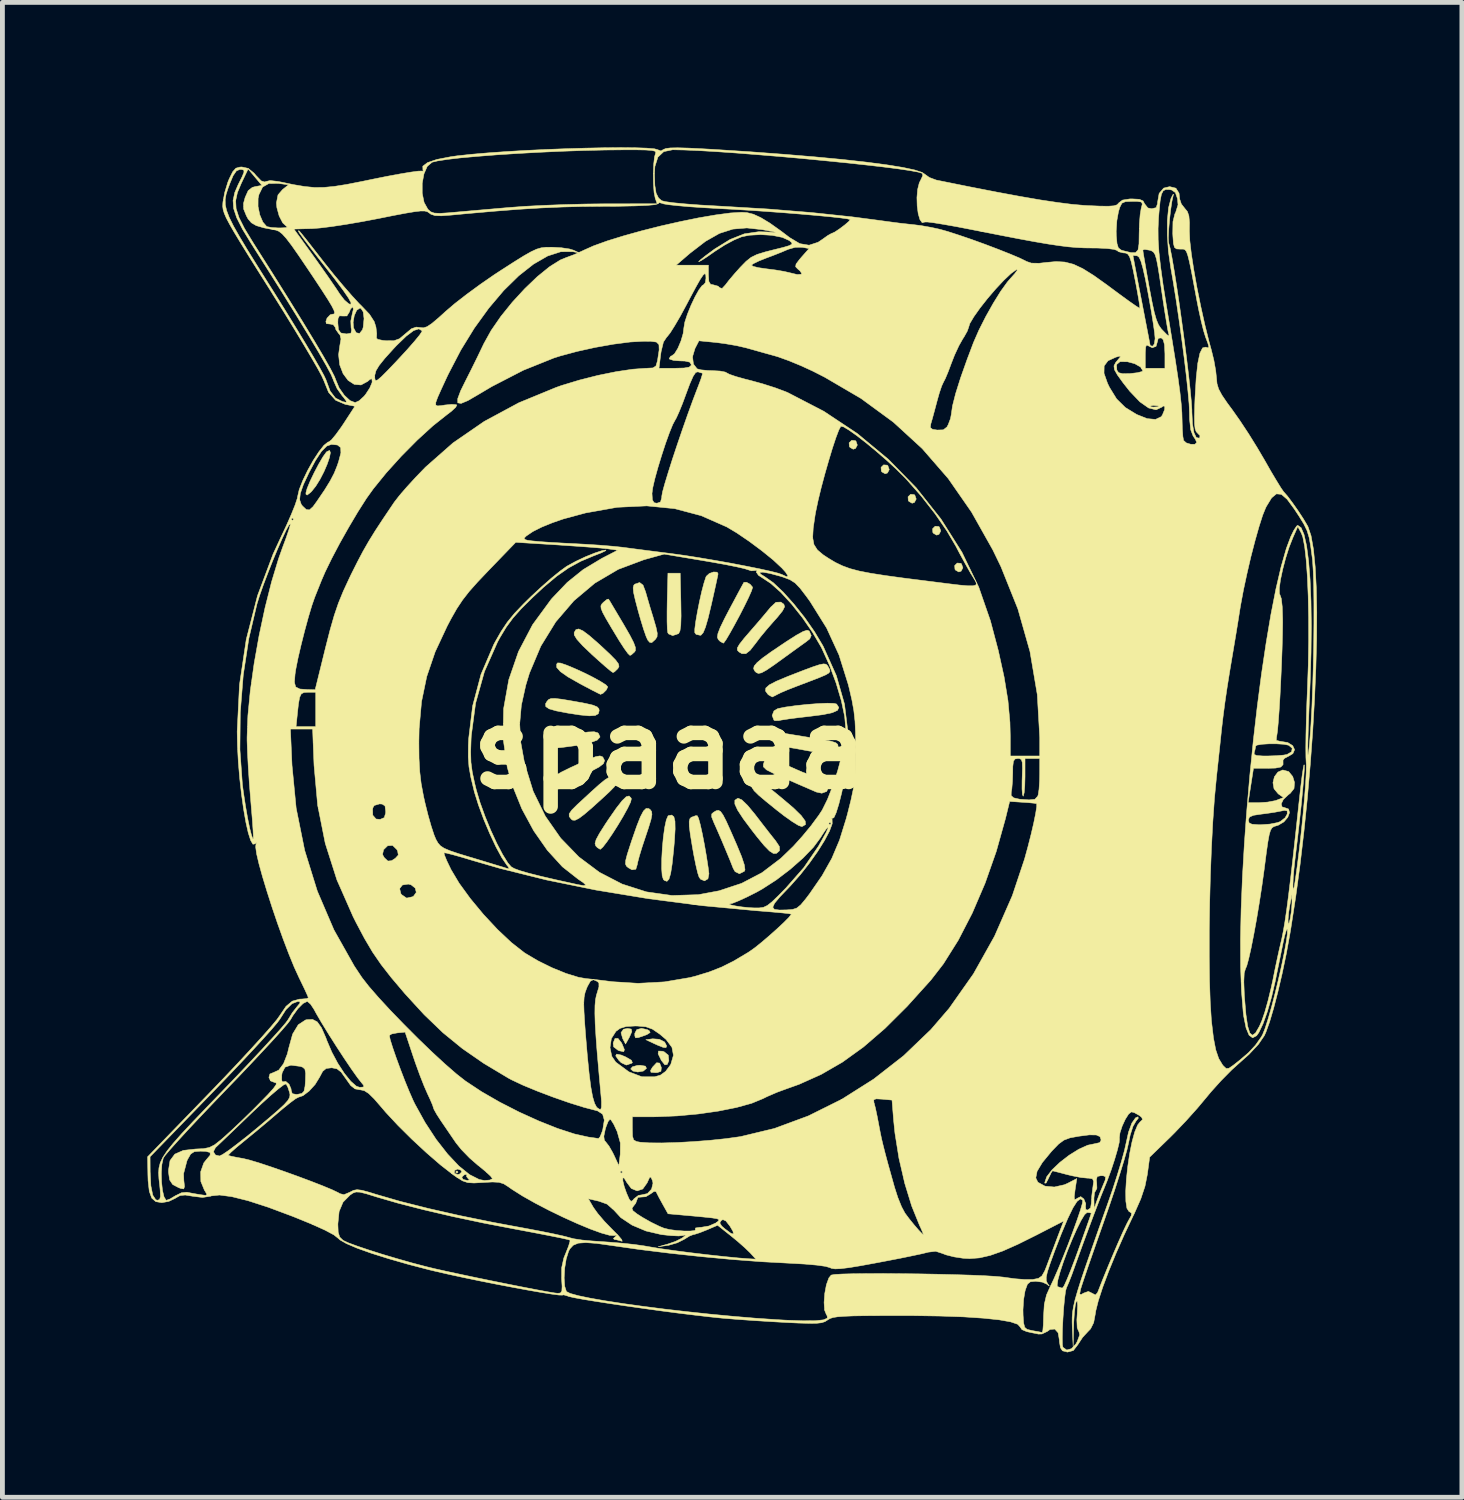
<source format=kicad_pcb>
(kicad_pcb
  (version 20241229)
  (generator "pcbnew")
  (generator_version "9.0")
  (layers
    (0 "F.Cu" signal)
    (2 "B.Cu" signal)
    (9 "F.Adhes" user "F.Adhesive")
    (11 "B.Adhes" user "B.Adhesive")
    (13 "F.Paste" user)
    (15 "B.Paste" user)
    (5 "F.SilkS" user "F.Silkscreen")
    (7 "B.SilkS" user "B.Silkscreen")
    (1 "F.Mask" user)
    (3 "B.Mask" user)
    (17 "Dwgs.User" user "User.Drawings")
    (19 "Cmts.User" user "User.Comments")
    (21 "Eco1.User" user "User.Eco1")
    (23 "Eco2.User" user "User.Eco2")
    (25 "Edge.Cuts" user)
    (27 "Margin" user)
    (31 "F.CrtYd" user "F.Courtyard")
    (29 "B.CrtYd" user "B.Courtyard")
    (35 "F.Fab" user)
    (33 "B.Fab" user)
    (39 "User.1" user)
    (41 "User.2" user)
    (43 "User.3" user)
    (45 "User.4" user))
  (footprint "spaaaace"
    (layer "F.Cu")
    (at 12.121 12.446)
    (property "Reference" "spaaaace" (at 0 0 0) (layer "F.SilkS") (effects (font (size 1.524 1.524) (thickness 0.3))))
    (attr through_hole)
    (fp_poly (pts (xy -5.69 8.763) (xy -5.715 8.788) (xy -5.74 8.763) (xy -5.715 8.738) (xy -5.69 8.763)) (stroke (width 0.01) (type solid)) (fill yes) (layer "F.SilkS"))
    (fp_poly (pts (xy -2.105 5.804) (xy -2.093 5.857) (xy -2.143 5.97) (xy -2.154 5.99) (xy -2.223 6.113) (xy -2.282 6.002) (xy -2.317 5.879) (xy -2.267 5.807) (xy -2.181 5.791) (xy -2.105 5.804)) (stroke (width 0.01) (type solid)) (fill yes) (layer "F.SilkS"))
    (fp_poly (pts (xy -1.812 6.571) (xy -1.79 6.617) (xy -1.855 6.673) (xy -1.97 6.693) (xy -2.07 6.673) (xy -2.117 6.629) (xy -2.081 6.585) (xy -1.983 6.557) (xy -1.923 6.553) (xy -1.812 6.571)) (stroke (width 0.01) (type solid)) (fill yes) (layer "F.SilkS"))
    (fp_poly (pts (xy -1.523 6.016) (xy -1.414 6.072) (xy -1.372 6.153) (xy -1.386 6.188) (xy -1.444 6.183) (xy -1.565 6.135) (xy -1.626 6.107) (xy -1.803 6.024) (xy -1.661 6.005) (xy -1.523 6.016)) (stroke (width 0.01) (type solid)) (fill yes) (layer "F.SilkS"))
    (fp_poly (pts (xy -1.517 6.508) (xy -1.482 6.602) (xy -1.491 6.679) (xy -1.568 6.705) (xy -1.603 6.706) (xy -1.697 6.699) (xy -1.705 6.659) (xy -1.664 6.591) (xy -1.58 6.501) (xy -1.517 6.508)) (stroke (width 0.01) (type solid)) (fill yes) (layer "F.SilkS"))
    (fp_poly (pts (xy 2.532 -6.376) (xy 2.546 -6.365) (xy 2.574 -6.284) (xy 2.537 -6.214) (xy 2.489 -6.198) (xy 2.424 -6.235) (xy 2.41 -6.253) (xy 2.404 -6.33) (xy 2.458 -6.382) (xy 2.532 -6.376)) (stroke (width 0.01) (type solid)) (fill yes) (layer "F.SilkS"))
    (fp_poly (pts (xy 3.192 -5.868) (xy 3.206 -5.857) (xy 3.235 -5.776) (xy 3.198 -5.706) (xy 3.15 -5.69) (xy 3.084 -5.727) (xy 3.071 -5.745) (xy 3.065 -5.822) (xy 3.118 -5.874) (xy 3.192 -5.868)) (stroke (width 0.01) (type solid)) (fill yes) (layer "F.SilkS"))
    (fp_poly (pts (xy 3.751 -5.258) (xy 3.765 -5.247) (xy 3.793 -5.167) (xy 3.756 -5.096) (xy 3.708 -5.08) (xy 3.643 -5.117) (xy 3.629 -5.135) (xy 3.624 -5.213) (xy 3.677 -5.265) (xy 3.751 -5.258)) (stroke (width 0.01) (type solid)) (fill yes) (layer "F.SilkS"))
    (fp_poly (pts (xy 4.259 -4.598) (xy 4.273 -4.587) (xy 4.301 -4.506) (xy 4.264 -4.436) (xy 4.216 -4.42) (xy 4.151 -4.457) (xy 4.137 -4.475) (xy 4.132 -4.552) (xy 4.185 -4.604) (xy 4.259 -4.598)) (stroke (width 0.01) (type solid)) (fill yes) (layer "F.SilkS"))
    (fp_poly (pts (xy 4.716 -3.836) (xy 4.73 -3.825) (xy 4.759 -3.744) (xy 4.722 -3.674) (xy 4.674 -3.658) (xy 4.608 -3.695) (xy 4.595 -3.713) (xy 4.589 -3.79) (xy 4.642 -3.842) (xy 4.716 -3.836)) (stroke (width 0.01) (type solid)) (fill yes) (layer "F.SilkS"))
    (fp_poly (pts (xy -2.313 6.341) (xy -2.216 6.383) (xy -2.101 6.45) (xy -2.082 6.499) (xy -2.095 6.511) (xy -2.208 6.549) (xy -2.313 6.5) (xy -2.362 6.451) (xy -2.427 6.359) (xy -2.409 6.322) (xy -2.313 6.341)) (stroke (width 0.01) (type solid)) (fill yes) (layer "F.SilkS"))
    (fp_poly (pts (xy -2.308 6.087) (xy -2.294 6.114) (xy -2.247 6.23) (xy -2.261 6.272) (xy -2.346 6.255) (xy -2.378 6.243) (xy -2.47 6.172) (xy -2.48 6.094) (xy -2.442 5.999) (xy -2.38 5.997) (xy -2.308 6.087)) (stroke (width 0.01) (type solid)) (fill yes) (layer "F.SilkS"))
    (fp_poly (pts (xy -1.461 6.262) (xy -1.426 6.273) (xy -1.339 6.344) (xy -1.327 6.459) (xy -1.361 6.537) (xy -1.409 6.545) (xy -1.481 6.455) (xy -1.488 6.441) (xy -1.549 6.316) (xy -1.541 6.259) (xy -1.461 6.262)) (stroke (width 0.01) (type solid)) (fill yes) (layer "F.SilkS"))
    (fp_poly (pts (xy -1.77 5.817) (xy -1.735 5.836) (xy -1.714 5.875) (xy -1.781 5.918) (xy -1.831 5.937) (xy -1.958 5.98) (xy -2.016 5.985) (xy -2.031 5.947) (xy -2.032 5.893) (xy -1.992 5.816) (xy -1.893 5.789) (xy -1.77 5.817)) (stroke (width 0.01) (type solid)) (fill yes) (layer "F.SilkS"))
    (fp_poly (pts (xy -1.078 -3.027) (xy -1.074 -2.746) (xy -1.08 -2.554) (xy -1.097 -2.437) (xy -1.125 -2.382) (xy -1.129 -2.38) (xy -1.247 -2.34) (xy -1.333 -2.375) (xy -1.35 -2.403) (xy -1.359 -2.479) (xy -1.364 -2.632) (xy -1.364 -2.841) (xy -1.361 -3.051) (xy -1.346 -3.632) (xy -1.092 -3.632) (xy -1.078 -3.027)) (stroke (width 0.01) (type solid)) (fill yes) (layer "F.SilkS"))
    (fp_poly (pts (xy -8.332 -6.127) (xy -8.351 -6.027) (xy -8.398 -5.89) (xy -8.465 -5.734) (xy -8.547 -5.575) (xy -8.636 -5.432) (xy -8.725 -5.321) (xy -8.743 -5.304) (xy -8.814 -5.249) (xy -8.838 -5.266) (xy -8.839 -5.294) (xy -8.815 -5.384) (xy -8.754 -5.532) (xy -8.669 -5.71) (xy -8.575 -5.889) (xy -8.486 -6.041) (xy -8.418 -6.136) (xy -8.407 -6.147) (xy -8.349 -6.173) (xy -8.332 -6.127)) (stroke (width 0.01) (type solid)) (fill yes) (layer "F.SilkS"))
    (fp_poly (pts (xy -2.801 -0.329) (xy -2.784 -0.315) (xy -2.751 -0.242) (xy -2.81 -0.177) (xy -2.964 -0.12) (xy -3.214 -0.068) (xy -3.543 -0.025) (xy -3.721 -0.009) (xy -3.823 -0.014) (xy -3.875 -0.043) (xy -3.893 -0.076) (xy -3.887 -0.171) (xy -3.797 -0.234) (xy -3.671 -0.253) (xy -3.565 -0.262) (xy -3.395 -0.284) (xy -3.201 -0.315) (xy -2.999 -0.345) (xy -2.873 -0.35) (xy -2.801 -0.329)) (stroke (width 0.01) (type solid)) (fill yes) (layer "F.SilkS"))
    (fp_poly (pts (xy -3.57 -1.772) (xy -3.444 -1.729) (xy -3.276 -1.659) (xy -3.087 -1.573) (xy -2.901 -1.48) (xy -2.742 -1.392) (xy -2.63 -1.321) (xy -2.591 -1.278) (xy -2.623 -1.213) (xy -2.689 -1.147) (xy -2.741 -1.124) (xy -2.795 -1.15) (xy -2.917 -1.212) (xy -3.085 -1.301) (xy -3.175 -1.349) (xy -3.418 -1.487) (xy -3.573 -1.596) (xy -3.648 -1.681) (xy -3.649 -1.75) (xy -3.63 -1.775) (xy -3.57 -1.772)) (stroke (width 0.01) (type solid)) (fill yes) (layer "F.SilkS"))
    (fp_poly (pts (xy -3.537 -1.022) (xy -3.32 -0.985) (xy -3.277 -0.978) (xy -3.044 -0.935) (xy -2.895 -0.9) (xy -2.811 -0.865) (xy -2.775 -0.826) (xy -2.769 -0.787) (xy -2.787 -0.723) (xy -2.851 -0.687) (xy -2.974 -0.679) (xy -3.17 -0.698) (xy -3.423 -0.737) (xy -3.658 -0.782) (xy -3.805 -0.824) (xy -3.874 -0.871) (xy -3.879 -0.929) (xy -3.848 -0.981) (xy -3.813 -1.019) (xy -3.763 -1.038) (xy -3.678 -1.039) (xy -3.537 -1.022)) (stroke (width 0.01) (type solid)) (fill yes) (layer "F.SilkS"))
    (fp_poly (pts (xy -3.104 -2.438) (xy -2.972 -2.339) (xy -2.784 -2.175) (xy -2.718 -2.115) (xy -2.54 -1.948) (xy -2.427 -1.833) (xy -2.37 -1.755) (xy -2.359 -1.702) (xy -2.382 -1.658) (xy -2.451 -1.591) (xy -2.483 -1.575) (xy -2.531 -1.608) (xy -2.637 -1.696) (xy -2.783 -1.825) (xy -2.918 -1.947) (xy -3.11 -2.13) (xy -3.229 -2.262) (xy -3.285 -2.352) (xy -3.287 -2.403) (xy -3.25 -2.464) (xy -3.193 -2.478) (xy -3.104 -2.438)) (stroke (width 0.01) (type solid)) (fill yes) (layer "F.SilkS"))
    (fp_poly (pts (xy -1.223 1.409) (xy -1.2 1.501) (xy -1.197 1.664) (xy -1.211 1.907) (xy -1.228 2.099) (xy -1.259 2.388) (xy -1.29 2.586) (xy -1.325 2.702) (xy -1.366 2.746) (xy -1.418 2.728) (xy -1.439 2.709) (xy -1.465 2.632) (xy -1.476 2.481) (xy -1.474 2.281) (xy -1.462 2.057) (xy -1.441 1.832) (xy -1.413 1.63) (xy -1.38 1.476) (xy -1.344 1.393) (xy -1.335 1.386) (xy -1.267 1.374) (xy -1.223 1.409)) (stroke (width 0.01) (type solid)) (fill yes) (layer "F.SilkS"))
    (fp_poly (pts (xy 2.09 -0.937) (xy 2.145 -0.924) (xy 2.191 -0.852) (xy 2.164 -0.793) (xy 2.057 -0.745) (xy 1.863 -0.704) (xy 1.58 -0.668) (xy 1.347 -0.641) (xy 1.147 -0.615) (xy 1.006 -0.593) (xy 0.95 -0.581) (xy 0.867 -0.579) (xy 0.848 -0.591) (xy 0.811 -0.687) (xy 0.849 -0.782) (xy 0.927 -0.829) (xy 1.098 -0.863) (xy 1.311 -0.892) (xy 1.54 -0.916) (xy 1.763 -0.933) (xy 1.954 -0.941) (xy 2.09 -0.937)) (stroke (width 0.01) (type solid)) (fill yes) (layer "F.SilkS"))
    (fp_poly (pts (xy -2.703 0.167) (xy -2.691 0.179) (xy -2.657 0.246) (xy -2.681 0.31) (xy -2.773 0.381) (xy -2.946 0.472) (xy -3.039 0.516) (xy -3.229 0.604) (xy -3.4 0.685) (xy -3.515 0.742) (xy -3.616 0.785) (xy -3.671 0.769) (xy -3.705 0.717) (xy -3.729 0.658) (xy -3.72 0.607) (xy -3.667 0.553) (xy -3.556 0.487) (xy -3.374 0.397) (xy -3.189 0.311) (xy -2.978 0.217) (xy -2.839 0.165) (xy -2.753 0.15) (xy -2.703 0.167)) (stroke (width 0.01) (type solid)) (fill yes) (layer "F.SilkS"))
    (fp_poly (pts (xy -2.11 1.021) (xy -2.103 1.037) (xy -2.118 1.104) (xy -2.179 1.231) (xy -2.271 1.398) (xy -2.382 1.584) (xy -2.498 1.766) (xy -2.606 1.924) (xy -2.693 2.037) (xy -2.746 2.083) (xy -2.748 2.083) (xy -2.805 2.049) (xy -2.84 2.012) (xy -2.855 1.963) (xy -2.832 1.881) (xy -2.763 1.753) (xy -2.643 1.564) (xy -2.58 1.469) (xy -2.416 1.233) (xy -2.295 1.078) (xy -2.209 0.995) (xy -2.15 0.979) (xy -2.11 1.021)) (stroke (width 0.01) (type solid)) (fill yes) (layer "F.SilkS"))
    (fp_poly (pts (xy -0.738 1.389) (xy -0.712 1.442) (xy -0.676 1.574) (xy -0.634 1.763) (xy -0.59 1.99) (xy -0.548 2.232) (xy -0.512 2.468) (xy -0.497 2.589) (xy -0.518 2.694) (xy -0.588 2.736) (xy -0.67 2.702) (xy -0.702 2.657) (xy -0.73 2.571) (xy -0.768 2.41) (xy -0.811 2.198) (xy -0.843 2.016) (xy -0.883 1.771) (xy -0.904 1.607) (xy -0.906 1.506) (xy -0.891 1.449) (xy -0.862 1.42) (xy -0.771 1.387) (xy -0.738 1.389)) (stroke (width 0.01) (type solid)) (fill yes) (layer "F.SilkS"))
    (fp_poly (pts (xy -2.48 0.601) (xy -2.448 0.629) (xy -2.412 0.675) (xy -2.411 0.723) (xy -2.456 0.79) (xy -2.558 0.894) (xy -2.692 1.018) (xy -2.915 1.22) (xy -3.077 1.359) (xy -3.19 1.443) (xy -3.266 1.481) (xy -3.317 1.48) (xy -3.345 1.461) (xy -3.389 1.405) (xy -3.39 1.348) (xy -3.337 1.272) (xy -3.221 1.156) (xy -3.162 1.102) (xy -2.935 0.892) (xy -2.769 0.743) (xy -2.653 0.648) (xy -2.574 0.598) (xy -2.52 0.585) (xy -2.48 0.601)) (stroke (width 0.01) (type solid)) (fill yes) (layer "F.SilkS"))
    (fp_poly (pts (xy -0.256 1.301) (xy -0.205 1.373) (xy -0.138 1.503) (xy -0.048 1.703) (xy 0.075 1.984) (xy 0.077 1.988) (xy 0.18 2.238) (xy 0.236 2.408) (xy 0.249 2.508) (xy 0.237 2.537) (xy 0.134 2.589) (xy 0.044 2.545) (xy 0.005 2.477) (xy -0.057 2.32) (xy -0.144 2.111) (xy -0.239 1.885) (xy -0.328 1.68) (xy -0.394 1.532) (xy -0.441 1.414) (xy -0.439 1.351) (xy -0.402 1.317) (xy -0.347 1.285) (xy -0.301 1.276) (xy -0.256 1.301)) (stroke (width 0.01) (type solid)) (fill yes) (layer "F.SilkS"))
    (fp_poly (pts (xy 0.184 1.06) (xy 0.303 1.175) (xy 0.461 1.366) (xy 0.473 1.382) (xy 0.616 1.568) (xy 0.751 1.742) (xy 0.856 1.874) (xy 0.881 1.905) (xy 0.961 2.025) (xy 0.965 2.105) (xy 0.954 2.121) (xy 0.899 2.168) (xy 0.837 2.17) (xy 0.755 2.117) (xy 0.644 2.003) (xy 0.492 1.818) (xy 0.4 1.7) (xy 0.215 1.453) (xy 0.096 1.271) (xy 0.039 1.146) (xy 0.039 1.068) (xy 0.094 1.03) (xy 0.108 1.027) (xy 0.184 1.06)) (stroke (width 0.01) (type solid)) (fill yes) (layer "F.SilkS"))
    (fp_poly (pts (xy 0.569 0.679) (xy 0.676 0.753) (xy 0.835 0.878) (xy 1.009 1.021) (xy 1.252 1.227) (xy 1.412 1.384) (xy 1.495 1.497) (xy 1.503 1.569) (xy 1.44 1.608) (xy 1.422 1.612) (xy 1.353 1.587) (xy 1.226 1.509) (xy 1.061 1.392) (xy 0.914 1.278) (xy 0.689 1.096) (xy 0.534 0.965) (xy 0.439 0.872) (xy 0.394 0.805) (xy 0.389 0.752) (xy 0.414 0.702) (xy 0.425 0.687) (xy 0.457 0.654) (xy 0.501 0.649) (xy 0.569 0.679)) (stroke (width 0.01) (type solid)) (fill yes) (layer "F.SilkS"))
    (fp_poly (pts (xy 1.054 -2.989) (xy 1.069 -2.937) (xy 1.026 -2.852) (xy 0.919 -2.719) (xy 0.863 -2.657) (xy 0.713 -2.486) (xy 0.568 -2.311) (xy 0.472 -2.184) (xy 0.355 -2.035) (xy 0.267 -1.966) (xy 0.186 -1.966) (xy 0.126 -2.001) (xy 0.091 -2.038) (xy 0.091 -2.086) (xy 0.135 -2.162) (xy 0.23 -2.283) (xy 0.362 -2.436) (xy 0.514 -2.611) (xy 0.65 -2.771) (xy 0.75 -2.891) (xy 0.779 -2.927) (xy 0.89 -3.03) (xy 0.992 -3.034) (xy 1.054 -2.989)) (stroke (width 0.01) (type solid)) (fill yes) (layer "F.SilkS"))
    (fp_poly (pts (xy -2.544 -3.046) (xy -2.473 -2.926) (xy -2.372 -2.756) (xy -2.265 -2.576) (xy -2.136 -2.352) (xy -2.056 -2.197) (xy -2.019 -2.095) (xy -2.019 -2.031) (xy -2.034 -2.005) (xy -2.103 -1.942) (xy -2.132 -1.93) (xy -2.175 -1.971) (xy -2.252 -2.077) (xy -2.349 -2.227) (xy -2.362 -2.248) (xy -2.518 -2.506) (xy -2.627 -2.691) (xy -2.696 -2.818) (xy -2.729 -2.901) (xy -2.734 -2.955) (xy -2.716 -2.993) (xy -2.681 -3.03) (xy -2.608 -3.089) (xy -2.576 -3.096) (xy -2.544 -3.046)) (stroke (width 0.01) (type solid)) (fill yes) (layer "F.SilkS"))
    (fp_poly (pts (xy -1.862 -3.386) (xy -1.809 -3.247) (xy -1.77 -3.111) (xy -1.714 -2.919) (xy -1.65 -2.711) (xy -1.648 -2.704) (xy -1.592 -2.511) (xy -1.567 -2.39) (xy -1.571 -2.316) (xy -1.603 -2.266) (xy -1.609 -2.259) (xy -1.68 -2.195) (xy -1.724 -2.201) (xy -1.764 -2.248) (xy -1.797 -2.321) (xy -1.849 -2.469) (xy -1.91 -2.668) (xy -1.958 -2.836) (xy -2.021 -3.074) (xy -2.057 -3.232) (xy -2.066 -3.33) (xy -2.052 -3.384) (xy -2.029 -3.406) (xy -1.932 -3.439) (xy -1.862 -3.386)) (stroke (width 0.01) (type solid)) (fill yes) (layer "F.SilkS"))
    (fp_poly (pts (xy -1.743 1.24) (xy -1.714 1.26) (xy -1.684 1.3) (xy -1.677 1.363) (xy -1.697 1.469) (xy -1.748 1.637) (xy -1.808 1.817) (xy -1.88 2.033) (xy -1.937 2.22) (xy -1.972 2.352) (xy -1.98 2.397) (xy -2.01 2.495) (xy -2.09 2.507) (xy -2.164 2.466) (xy -2.205 2.431) (xy -2.225 2.386) (xy -2.22 2.312) (xy -2.189 2.191) (xy -2.128 2.001) (xy -2.09 1.886) (xy -1.992 1.604) (xy -1.915 1.409) (xy -1.852 1.29) (xy -1.797 1.237) (xy -1.743 1.24)) (stroke (width 0.01) (type solid)) (fill yes) (layer "F.SilkS"))
    (fp_poly (pts (xy -0.328 -3.653) (xy -0.308 -3.619) (xy -0.32 -3.558) (xy -0.35 -3.418) (xy -0.394 -3.22) (xy -0.447 -2.984) (xy -0.45 -2.972) (xy -0.515 -2.7) (xy -0.569 -2.515) (xy -0.615 -2.403) (xy -0.659 -2.352) (xy -0.675 -2.346) (xy -0.763 -2.366) (xy -0.79 -2.401) (xy -0.79 -2.478) (xy -0.771 -2.627) (xy -0.737 -2.823) (xy -0.694 -3.04) (xy -0.647 -3.25) (xy -0.6 -3.428) (xy -0.561 -3.549) (xy -0.552 -3.569) (xy -0.489 -3.626) (xy -0.401 -3.657) (xy -0.328 -3.653)) (stroke (width 0.01) (type solid)) (fill yes) (layer "F.SilkS"))
    (fp_poly (pts (xy 0.949 -0.337) (xy 1.058 -0.318) (xy 1.239 -0.288) (xy 1.465 -0.251) (xy 1.641 -0.223) (xy 1.882 -0.184) (xy 2.039 -0.152) (xy 2.129 -0.122) (xy 2.169 -0.088) (xy 2.176 -0.044) (xy 2.174 -0.03) (xy 2.114 0.052) (xy 1.965 0.086) (xy 1.726 0.073) (xy 1.562 0.046) (xy 1.35 0.007) (xy 1.128 -0.031) (xy 1.079 -0.038) (xy 0.932 -0.068) (xy 0.857 -0.11) (xy 0.827 -0.184) (xy 0.822 -0.221) (xy 0.819 -0.322) (xy 0.865 -0.349) (xy 0.949 -0.337)) (stroke (width 0.01) (type solid)) (fill yes) (layer "F.SilkS"))
    (fp_poly (pts (xy 0.357 -3.401) (xy 0.404 -3.345) (xy 0.406 -3.335) (xy 0.383 -3.263) (xy 0.324 -3.13) (xy 0.238 -2.954) (xy 0.138 -2.758) (xy 0.033 -2.563) (xy -0.064 -2.389) (xy -0.142 -2.257) (xy -0.191 -2.189) (xy -0.199 -2.184) (xy -0.264 -2.219) (xy -0.304 -2.259) (xy -0.323 -2.307) (xy -0.311 -2.384) (xy -0.264 -2.506) (xy -0.176 -2.688) (xy -0.075 -2.882) (xy 0.038 -3.093) (xy 0.132 -3.269) (xy 0.198 -3.391) (xy 0.227 -3.443) (xy 0.228 -3.443) (xy 0.282 -3.444) (xy 0.357 -3.401)) (stroke (width 0.01) (type solid)) (fill yes) (layer "F.SilkS"))
    (fp_poly (pts (xy 1.577 -2.436) (xy 1.58 -2.431) (xy 1.62 -2.342) (xy 1.59 -2.273) (xy 1.511 -2.21) (xy 1.417 -2.143) (xy 1.269 -2.036) (xy 1.095 -1.91) (xy 1.054 -1.88) (xy 0.839 -1.725) (xy 0.69 -1.624) (xy 0.591 -1.57) (xy 0.526 -1.557) (xy 0.481 -1.577) (xy 0.451 -1.607) (xy 0.427 -1.655) (xy 0.439 -1.71) (xy 0.498 -1.78) (xy 0.611 -1.875) (xy 0.79 -2.004) (xy 1.044 -2.175) (xy 1.111 -2.22) (xy 1.315 -2.35) (xy 1.451 -2.425) (xy 1.534 -2.452) (xy 1.577 -2.436)) (stroke (width 0.01) (type solid)) (fill yes) (layer "F.SilkS"))
    (fp_poly (pts (xy 1.926 -1.748) (xy 1.957 -1.719) (xy 1.981 -1.677) (xy 2.003 -1.634) (xy 2.008 -1.599) (xy 1.983 -1.565) (xy 1.914 -1.525) (xy 1.789 -1.472) (xy 1.595 -1.397) (xy 1.321 -1.293) (xy 1.136 -1.221) (xy 0.986 -1.157) (xy 0.9 -1.114) (xy 0.892 -1.108) (xy 0.814 -1.07) (xy 0.736 -1.114) (xy 0.721 -1.128) (xy 0.673 -1.194) (xy 0.68 -1.255) (xy 0.752 -1.32) (xy 0.898 -1.396) (xy 1.13 -1.493) (xy 1.181 -1.513) (xy 1.459 -1.621) (xy 1.658 -1.695) (xy 1.792 -1.739) (xy 1.876 -1.755) (xy 1.926 -1.748)) (stroke (width 0.01) (type solid)) (fill yes) (layer "F.SilkS"))
    (fp_poly (pts (xy 0.825 0.228) (xy 1.019 0.301) (xy 1.143 0.356) (xy 1.309 0.43) (xy 1.436 0.485) (xy 1.499 0.508) (xy 1.5 0.508) (xy 1.585 0.532) (xy 1.707 0.59) (xy 1.836 0.665) (xy 1.938 0.736) (xy 1.981 0.786) (xy 1.981 0.787) (xy 1.941 0.885) (xy 1.839 0.922) (xy 1.727 0.898) (xy 1.607 0.846) (xy 1.441 0.774) (xy 1.346 0.733) (xy 1.14 0.643) (xy 0.92 0.547) (xy 0.845 0.515) (xy 0.695 0.439) (xy 0.63 0.376) (xy 0.629 0.326) (xy 0.656 0.245) (xy 0.66 0.224) (xy 0.703 0.202) (xy 0.825 0.228)) (stroke (width 0.01) (type solid)) (fill yes) (layer "F.SilkS"))
    (fp_poly (pts (xy -2.021 -12.438) (xy -1.785 -12.43) (xy -1.624 -12.416) (xy -1.55 -12.395) (xy -1.548 -12.393) (xy -1.49 -12.371) (xy -1.441 -12.401) (xy -1.391 -12.422) (xy -1.297 -12.434) (xy -1.144 -12.437) (xy -0.922 -12.431) (xy -0.619 -12.416) (xy -0.391 -12.403) (xy 0.365 -12.354) (xy 1.063 -12.302) (xy 1.699 -12.249) (xy 2.267 -12.195) (xy 2.763 -12.14) (xy 3.181 -12.085) (xy 3.515 -12.031) (xy 3.762 -11.978) (xy 3.916 -11.927) (xy 3.964 -11.895) (xy 4.066 -11.822) (xy 4.208 -11.769) (xy 4.218 -11.767) (xy 4.881 -11.633) (xy 5.455 -11.521) (xy 5.946 -11.43) (xy 6.364 -11.358) (xy 6.718 -11.305) (xy 7.015 -11.267) (xy 7.264 -11.245) (xy 7.334 -11.241) (xy 7.594 -11.23) (xy 7.771 -11.228) (xy 7.883 -11.236) (xy 7.947 -11.256) (xy 7.981 -11.289) (xy 7.984 -11.295) (xy 8.063 -11.355) (xy 8.218 -11.379) (xy 8.262 -11.379) (xy 8.412 -11.371) (xy 8.489 -11.337) (xy 8.52 -11.278) (xy 8.588 -11.192) (xy 8.667 -11.176) (xy 8.759 -11.198) (xy 8.788 -11.282) (xy 8.788 -11.306) (xy 8.821 -11.492) (xy 8.915 -11.603) (xy 9.039 -11.633) (xy 9.168 -11.601) (xy 9.233 -11.498) (xy 9.246 -11.377) (xy 9.281 -11.273) (xy 9.351 -11.184) (xy 9.406 -11.117) (xy 9.437 -11.028) (xy 9.449 -10.89) (xy 9.447 -10.712) (xy 9.456 -10.515) (xy 9.488 -10.24) (xy 9.539 -9.908) (xy 9.605 -9.539) (xy 9.683 -9.153) (xy 9.768 -8.771) (xy 9.857 -8.414) (xy 9.901 -8.255) (xy 9.954 -8.039) (xy 9.992 -7.824) (xy 10.008 -7.671) (xy 10.019 -7.555) (xy 10.052 -7.445) (xy 10.12 -7.318) (xy 10.233 -7.152) (xy 10.338 -7.01) (xy 10.493 -6.79) (xy 10.674 -6.516) (xy 10.855 -6.224) (xy 11.005 -5.969) (xy 11.134 -5.742) (xy 11.251 -5.546) (xy 11.342 -5.398) (xy 11.398 -5.317) (xy 11.406 -5.309) (xy 11.478 -5.227) (xy 11.583 -5.087) (xy 11.701 -4.919) (xy 11.81 -4.752) (xy 11.891 -4.615) (xy 11.901 -4.597) (xy 11.965 -4.408) (xy 12.015 -4.127) (xy 12.051 -3.764) (xy 12.074 -3.328) (xy 12.084 -2.827) (xy 12.081 -2.271) (xy 12.065 -1.67) (xy 12.038 -1.032) (xy 12 -0.366) (xy 11.95 0.319) (xy 11.89 1.013) (xy 11.819 1.707) (xy 11.739 2.393) (xy 11.649 3.061) (xy 11.55 3.702) (xy 11.528 3.835) (xy 11.454 4.24) (xy 11.37 4.643) (xy 11.281 5.025) (xy 11.192 5.369) (xy 11.107 5.657) (xy 11.03 5.871) (xy 10.998 5.941) (xy 10.874 6.122) (xy 10.68 6.329) (xy 10.518 6.473) (xy 10.322 6.65) (xy 10.102 6.873) (xy 9.893 7.105) (xy 9.807 7.209) (xy 9.611 7.443) (xy 9.378 7.703) (xy 9.144 7.948) (xy 9.042 8.05) (xy 8.625 8.455) (xy 8.577 8.812) (xy 8.528 9.058) (xy 8.441 9.319) (xy 8.305 9.627) (xy 8.28 9.677) (xy 8.098 10.063) (xy 7.928 10.448) (xy 7.778 10.814) (xy 7.654 11.145) (xy 7.563 11.424) (xy 7.51 11.635) (xy 7.503 11.684) (xy 7.466 11.881) (xy 7.402 12.009) (xy 7.348 12.065) (xy 7.238 12.184) (xy 7.143 12.329) (xy 7.142 12.332) (xy 7.045 12.458) (xy 6.922 12.49) (xy 6.82 12.463) (xy 6.779 12.4) (xy 6.757 12.276) (xy 6.756 12.244) (xy 6.749 12.199) (xy 6.816 12.199) (xy 6.819 12.336) (xy 6.829 12.39) (xy 6.909 12.447) (xy 7.007 12.419) (xy 7.101 12.317) (xy 7.126 12.27) (xy 7.176 12.134) (xy 7.161 12.064) (xy 7.155 12.06) (xy 7.125 11.987) (xy 7.118 11.824) (xy 7.126 11.695) (xy 7.134 11.527) (xy 7.127 11.438) (xy 7.108 11.436) (xy 7.086 11.517) (xy 7.067 11.671) (xy 7.054 11.869) (xy 7.052 11.938) (xy 7.041 12.37) (xy 7.023 11.977) (xy 7.02 11.868) (xy 7.021 11.766) (xy 7.029 11.662) (xy 7.049 11.545) (xy 7.081 11.405) (xy 7.131 11.231) (xy 7.199 11.014) (xy 7.29 10.744) (xy 7.406 10.41) (xy 7.549 10.001) (xy 7.724 9.509) (xy 7.748 9.442) (xy 7.857 9.128) (xy 7.956 8.821) (xy 8.04 8.545) (xy 8.102 8.322) (xy 8.133 8.182) (xy 8.188 7.935) (xy 8.257 7.749) (xy 8.332 7.642) (xy 8.383 7.62) (xy 8.39 7.649) (xy 8.34 7.713) (xy 8.279 7.819) (xy 8.222 7.997) (xy 8.189 8.157) (xy 8.156 8.302) (xy 8.093 8.525) (xy 8.006 8.808) (xy 7.901 9.135) (xy 7.782 9.487) (xy 7.68 9.779) (xy 7.558 10.126) (xy 7.446 10.447) (xy 7.348 10.729) (xy 7.271 10.956) (xy 7.218 11.116) (xy 7.195 11.19) (xy 7.177 11.285) (xy 7.202 11.301) (xy 7.259 11.269) (xy 7.356 11.234) (xy 7.437 11.273) (xy 7.502 11.308) (xy 7.545 11.261) (xy 7.562 11.22) (xy 7.654 10.985) (xy 7.761 10.723) (xy 7.873 10.456) (xy 7.981 10.205) (xy 8.077 9.99) (xy 8.151 9.835) (xy 8.184 9.772) (xy 8.244 9.665) (xy 8.249 9.612) (xy 8.201 9.581) (xy 8.197 9.58) (xy 8.154 9.513) (xy 8.132 9.367) (xy 8.129 9.161) (xy 8.143 8.916) (xy 8.171 8.652) (xy 8.21 8.387) (xy 8.259 8.142) (xy 8.315 7.936) (xy 8.376 7.789) (xy 8.422 7.731) (xy 8.479 7.676) (xy 8.457 7.628) (xy 8.41 7.591) (xy 8.308 7.534) (xy 8.248 7.518) (xy 8.19 7.562) (xy 8.121 7.671) (xy 8.056 7.812) (xy 8.01 7.953) (xy 7.997 8.059) (xy 8 8.075) (xy 7.994 8.154) (xy 7.958 8.304) (xy 7.9 8.502) (xy 7.827 8.724) (xy 7.745 8.946) (xy 7.675 9.119) (xy 7.625 9.241) (xy 7.549 9.436) (xy 7.456 9.68) (xy 7.355 9.951) (xy 7.254 10.223) (xy 7.162 10.476) (xy 7.087 10.684) (xy 7.084 10.693) (xy 7.015 10.886) (xy 6.954 11.042) (xy 6.913 11.137) (xy 6.905 11.151) (xy 6.885 11.224) (xy 6.865 11.372) (xy 6.846 11.569) (xy 6.831 11.79) (xy 6.82 12.009) (xy 6.816 12.199) (xy 6.749 12.199) (xy 6.73 12.09) (xy 6.661 12.013) (xy 6.562 12.022) (xy 6.506 12.062) (xy 6.395 12.115) (xy 6.323 12.117) (xy 6.196 12.091) (xy 6.083 12.067) (xy 5.982 12.025) (xy 5.944 11.97) (xy 5.894 11.914) (xy 5.747 11.864) (xy 5.509 11.822) (xy 5.183 11.788) (xy 4.775 11.761) (xy 4.29 11.744) (xy 3.732 11.735) (xy 3.503 11.735) (xy 3.08 11.735) (xy 2.746 11.737) (xy 2.491 11.741) (xy 2.301 11.749) (xy 2.166 11.759) (xy 2.073 11.774) (xy 2.011 11.794) (xy 1.967 11.819) (xy 1.96 11.824) (xy 1.905 11.859) (xy 1.835 11.882) (xy 1.732 11.894) (xy 1.576 11.895) (xy 1.352 11.889) (xy 1.114 11.878) (xy 0.78 11.859) (xy 0.415 11.836) (xy 0.062 11.811) (xy -0.229 11.787) (xy -0.48 11.761) (xy -0.782 11.726) (xy -1.12 11.685) (xy -1.479 11.638) (xy -1.847 11.587) (xy -2.207 11.536) (xy -2.546 11.486) (xy -2.849 11.439) (xy -3.102 11.398) (xy -3.291 11.363) (xy -3.401 11.338) (xy -3.422 11.329) (xy -3.504 11.305) (xy -3.534 11.311) (xy -3.603 11.309) (xy -3.756 11.289) (xy -3.977 11.254) (xy -4.252 11.206) (xy -4.565 11.148) (xy -4.9 11.084) (xy -5.242 11.016) (xy -5.575 10.947) (xy -5.885 10.88) (xy -6.156 10.818) (xy -6.274 10.79) (xy -6.722 10.673) (xy -7.129 10.556) (xy -7.485 10.444) (xy -7.779 10.339) (xy -7.999 10.245) (xy -8.136 10.167) (xy -8.167 10.138) (xy -8.26 10.064) (xy -8.443 9.966) (xy -8.72 9.841) (xy -8.178 9.841) (xy -8.171 10.009) (xy -8.14 10.109) (xy -8.074 10.173) (xy -8.065 10.18) (xy -7.964 10.227) (xy -7.783 10.294) (xy -7.542 10.375) (xy -7.259 10.465) (xy -6.952 10.556) (xy -6.64 10.645) (xy -6.35 10.721) (xy -6.173 10.764) (xy -5.931 10.818) (xy -5.642 10.88) (xy -5.321 10.948) (xy -4.986 11.017) (xy -4.654 11.084) (xy -4.341 11.146) (xy -4.065 11.199) (xy -3.841 11.241) (xy -3.688 11.266) (xy -3.629 11.273) (xy -3.571 11.267) (xy -3.542 11.227) (xy -3.537 11.13) (xy -3.546 10.98) (xy -3.546 10.954) (xy -3.494 10.954) (xy -3.483 11.126) (xy -3.448 11.234) (xy -3.446 11.237) (xy -3.369 11.276) (xy -3.203 11.322) (xy -2.958 11.373) (xy -2.645 11.428) (xy -2.277 11.485) (xy -1.865 11.542) (xy -1.42 11.599) (xy -0.953 11.653) (xy -0.476 11.704) (xy -0.001 11.749) (xy 0.462 11.788) (xy 0.9 11.818) (xy 1.092 11.829) (xy 1.448 11.842) (xy 1.708 11.84) (xy 1.875 11.822) (xy 1.954 11.787) (xy 1.949 11.735) (xy 1.936 11.72) (xy 1.897 11.623) (xy 1.896 11.612) (xy 6.003 11.612) (xy 6.005 11.724) (xy 6.016 11.888) (xy 6.039 11.978) (xy 6.089 12.02) (xy 6.184 12.043) (xy 6.198 12.046) (xy 6.323 12.068) (xy 6.397 12.083) (xy 6.401 12.084) (xy 6.414 12.041) (xy 6.424 11.922) (xy 6.429 11.752) (xy 6.429 11.744) (xy 6.444 11.5) (xy 6.49 11.306) (xy 6.561 11.147) (xy 6.58 11.107) (xy 6.71 11.107) (xy 6.72 11.135) (xy 6.804 11.163) (xy 6.826 11.16) (xy 6.858 11.11) (xy 6.916 10.98) (xy 6.994 10.788) (xy 7.085 10.549) (xy 7.144 10.387) (xy 7.237 10.128) (xy 7.316 9.906) (xy 7.376 9.736) (xy 7.41 9.635) (xy 7.417 9.614) (xy 7.375 9.603) (xy 7.328 9.601) (xy 7.277 9.646) (xy 7.204 9.767) (xy 7.116 9.944) (xy 7.021 10.158) (xy 6.926 10.39) (xy 6.84 10.621) (xy 6.771 10.83) (xy 6.725 10.998) (xy 6.71 11.107) (xy 6.58 11.107) (xy 6.64 10.98) (xy 6.734 10.764) (xy 6.836 10.515) (xy 6.94 10.253) (xy 7.037 9.993) (xy 7.123 9.755) (xy 7.19 9.557) (xy 7.231 9.415) (xy 7.24 9.348) (xy 7.239 9.347) (xy 7.189 9.319) (xy 7.122 9.371) (xy 7.036 9.506) (xy 6.928 9.729) (xy 6.796 10.043) (xy 6.657 10.403) (xy 6.566 10.653) (xy 6.509 10.826) (xy 6.484 10.941) (xy 6.485 11.015) (xy 6.508 11.064) (xy 6.548 11.121) (xy 6.523 11.106) (xy 6.502 11.087) (xy 6.404 11.042) (xy 6.266 11.024) (xy 6.266 11.024) (xy 6.157 11.034) (xy 6.096 11.083) (xy 6.053 11.2) (xy 6.045 11.229) (xy 6.016 11.401) (xy 6.003 11.612) (xy 1.896 11.612) (xy 1.886 11.463) (xy 1.9 11.276) (xy 1.934 11.095) (xy 1.985 10.955) (xy 2.033 10.896) (xy 2.105 10.883) (xy 2.263 10.874) (xy 2.494 10.868) (xy 2.783 10.865) (xy 3.115 10.864) (xy 3.476 10.867) (xy 3.852 10.871) (xy 4.227 10.878) (xy 4.587 10.887) (xy 4.919 10.897) (xy 5.207 10.909) (xy 5.436 10.923) (xy 5.593 10.938) (xy 5.62 10.942) (xy 5.839 10.972) (xy 6.044 10.988) (xy 6.196 10.988) (xy 6.209 10.986) (xy 6.322 10.964) (xy 6.394 10.914) (xy 6.452 10.812) (xy 6.496 10.701) (xy 6.568 10.508) (xy 6.655 10.278) (xy 6.719 10.108) (xy 6.845 9.777) (xy 6.28 10.068) (xy 5.898 10.258) (xy 5.585 10.397) (xy 5.324 10.489) (xy 5.101 10.54) (xy 4.897 10.555) (xy 4.766 10.548) (xy 4.577 10.519) (xy 4.41 10.477) (xy 4.332 10.447) (xy 4.196 10.403) (xy 4.039 10.422) (xy 4.017 10.428) (xy 3.907 10.455) (xy 3.718 10.495) (xy 3.471 10.546) (xy 3.187 10.601) (xy 2.972 10.642) (xy 2.645 10.702) (xy 2.402 10.742) (xy 2.23 10.763) (xy 2.114 10.768) (xy 2.04 10.757) (xy 2.007 10.742) (xy 1.914 10.715) (xy 1.735 10.69) (xy 1.485 10.668) (xy 1.179 10.651) (xy 1.143 10.649) (xy 0.602 10.62) (xy -0.008 10.574) (xy -0.654 10.514) (xy -1.305 10.444) (xy -1.93 10.367) (xy -2.496 10.286) (xy -2.517 10.283) (xy -2.823 10.24) (xy -3.045 10.224) (xy -3.201 10.235) (xy -3.306 10.278) (xy -3.375 10.353) (xy -3.401 10.4) (xy -3.451 10.558) (xy -3.483 10.754) (xy -3.494 10.954) (xy -3.546 10.954) (xy -3.546 10.745) (xy -3.502 10.545) (xy -3.459 10.439) (xy -3.403 10.298) (xy -3.374 10.199) (xy -3.374 10.172) (xy -3.429 10.157) (xy -3.569 10.126) (xy -3.779 10.084) (xy -4.045 10.032) (xy -4.351 9.974) (xy -4.48 9.95) (xy -5.158 9.82) (xy -5.805 9.683) (xy -6.405 9.543) (xy -6.938 9.406) (xy -7.389 9.275) (xy -7.391 9.274) (xy -7.591 9.212) (xy -7.72 9.18) (xy -7.802 9.176) (xy -7.865 9.198) (xy -7.925 9.239) (xy -8.071 9.387) (xy -8.152 9.58) (xy -8.178 9.84) (xy -8.178 9.841) (xy -8.72 9.841) (xy -8.72 9.841) (xy -9.092 9.689) (xy -9.123 9.677) (xy -9.618 9.492) (xy -10.035 9.357) (xy -10.372 9.273) (xy -10.627 9.239) (xy -10.797 9.257) (xy -10.814 9.264) (xy -10.98 9.289) (xy -11.176 9.265) (xy -11.337 9.239) (xy -11.442 9.249) (xy -11.531 9.298) (xy -11.54 9.305) (xy -11.678 9.371) (xy -11.822 9.397) (xy -11.946 9.376) (xy -12.03 9.303) (xy -12.081 9.163) (xy -12.106 8.943) (xy -12.11 8.812) (xy -12.116 8.448) (xy -12.115 8.447) (xy -12.065 8.447) (xy -12.063 8.757) (xy -12.048 9.049) (xy -12.009 9.242) (xy -11.946 9.337) (xy -11.909 9.347) (xy -11.867 9.331) (xy -11.85 9.269) (xy -11.856 9.139) (xy -11.865 9.045) (xy -11.881 8.906) (xy -11.888 8.786) (xy -11.888 8.781) (xy -11.832 8.781) (xy -11.827 8.968) (xy -11.808 9.143) (xy -11.776 9.277) (xy -11.735 9.344) (xy -11.723 9.347) (xy -11.651 9.32) (xy -11.543 9.255) (xy -11.539 9.253) (xy -11.414 9.192) (xy -11.303 9.181) (xy -11.181 9.205) (xy -11.03 9.231) (xy -11.029 9.231) (xy -10.915 9.246) (xy -10.886 9.228) (xy -10.925 9.161) (xy -10.94 9.139) (xy -11.014 8.958) (xy -11.017 8.757) (xy -10.953 8.575) (xy -10.902 8.51) (xy -10.821 8.414) (xy -10.822 8.359) (xy -10.885 8.342) (xy -10.754 8.342) (xy -10.712 8.41) (xy -10.627 8.431) (xy -10.6 8.418) (xy -10.446 8.418) (xy -10.39 8.435) (xy -10.264 8.461) (xy -10.138 8.483) (xy -10.009 8.514) (xy -9.812 8.573) (xy -9.567 8.654) (xy -9.293 8.749) (xy -9.01 8.851) (xy -8.737 8.953) (xy -8.493 9.048) (xy -8.298 9.129) (xy -8.17 9.19) (xy -8.137 9.21) (xy -8.052 9.232) (xy -7.931 9.181) (xy -7.855 9.142) (xy -7.781 9.128) (xy -7.682 9.14) (xy -7.53 9.181) (xy -7.388 9.225) (xy -6.888 9.37) (xy -6.305 9.517) (xy -5.661 9.663) (xy -4.974 9.803) (xy -4.572 9.878) (xy -4.252 9.937) (xy -3.959 9.993) (xy -3.712 10.043) (xy -3.526 10.084) (xy -3.42 10.111) (xy -3.408 10.115) (xy -3.296 10.144) (xy -3.12 10.171) (xy -2.925 10.189) (xy -2.558 10.214) (xy -2.27 10.238) (xy -2.039 10.263) (xy -1.841 10.291) (xy -1.727 10.311) (xy -1.503 10.348) (xy -1.208 10.39) (xy -0.868 10.434) (xy -0.515 10.476) (xy -0.177 10.513) (xy 0.118 10.542) (xy 0.326 10.558) (xy 0.475 10.566) (xy 0.352 10.432) (xy 0.246 10.33) (xy 0.095 10.197) (xy -0.045 10.082) (xy -0.318 9.865) (xy -0.544 9.962) (xy -0.688 10.019) (xy -0.794 10.053) (xy -0.822 10.058) (xy -0.896 10.086) (xy -1.004 10.152) (xy -1.01 10.156) (xy -1.154 10.228) (xy -1.327 10.278) (xy -1.348 10.281) (xy -1.549 10.31) (xy -1.346 10.253) (xy -1.189 10.198) (xy -1.06 10.134) (xy -1.041 10.121) (xy -0.978 10.07) (xy -0.997 10.066) (xy -1.031 10.077) (xy -1.125 10.086) (xy -1.286 10.079) (xy -1.479 10.058) (xy -1.489 10.056) (xy -1.801 9.983) (xy -2.088 9.862) (xy -2.322 9.706) (xy -2.46 9.556) (xy -2.507 9.514) (xy -2.09 9.514) (xy -2.071 9.563) (xy -1.987 9.629) (xy -1.873 9.702) (xy -1.695 9.803) (xy -1.518 9.889) (xy -1.429 9.925) (xy -1.312 9.954) (xy -1.165 9.973) (xy -1.012 9.984) (xy -0.879 9.984) (xy -0.79 9.974) (xy -0.771 9.952) (xy -0.78 9.945) (xy -0.775 9.921) (xy -0.691 9.908) (xy -0.659 9.907) (xy -0.497 9.88) (xy -0.356 9.818) (xy -0.354 9.817) (xy -0.353 9.817) (xy -0.273 9.817) (xy -0.232 9.882) (xy -0.168 9.938) (xy -0.044 10.03) (xy 0.012 10.047) (xy -0.000176 9.989) (xy -0.062 9.884) (xy -0.146 9.776) (xy -0.208 9.748) (xy -0.243 9.766) (xy -0.273 9.817) (xy -0.353 9.817) (xy -0.303 9.778) (xy -0.289 9.751) (xy -0.327 9.73) (xy -0.43 9.713) (xy -0.61 9.694) (xy -0.786 9.677) (xy -1.344 9.627) (xy -1.458 9.423) (xy -1.531 9.29) (xy -1.581 9.192) (xy -1.591 9.17) (xy -1.633 9.163) (xy -1.701 9.212) (xy -1.805 9.274) (xy -1.887 9.28) (xy -1.966 9.287) (xy -1.981 9.323) (xy -2.014 9.412) (xy -2.057 9.466) (xy -2.09 9.514) (xy -2.507 9.514) (xy -2.606 9.427) (xy -2.773 9.367) (xy -2.993 9.316) (xy -2.888 9.497) (xy -2.798 9.622) (xy -2.661 9.783) (xy -2.505 9.944) (xy -2.496 9.953) (xy -2.375 10.075) (xy -2.303 10.161) (xy -2.292 10.196) (xy -2.303 10.194) (xy -2.411 10.165) (xy -2.455 10.159) (xy -2.474 10.137) (xy -2.438 10.104) (xy -2.393 10.065) (xy -2.437 10.073) (xy -2.452 10.078) (xy -2.552 10.073) (xy -2.725 10.025) (xy -2.953 9.942) (xy -3.22 9.831) (xy -3.51 9.7) (xy -3.807 9.556) (xy -4.093 9.407) (xy -4.354 9.26) (xy -4.572 9.122) (xy -4.65 9.067) (xy -4.744 9.007) (xy -4.842 8.976) (xy -4.977 8.969) (xy -5.168 8.979) (xy -5.36 8.99) (xy -5.49 8.982) (xy -5.596 8.946) (xy -5.717 8.871) (xy -5.722 8.868) (xy -5.613 8.868) (xy -5.586 8.917) (xy -5.496 8.937) (xy -5.449 8.924) (xy -5.474 8.907) (xy -5.515 8.857) (xy -5.509 8.835) (xy -5.521 8.811) (xy -5.56 8.82) (xy -5.613 8.868) (xy -5.722 8.868) (xy -5.801 8.812) (xy -5.834 8.786) (xy -5.767 8.786) (xy -5.765 8.79) (xy -5.701 8.814) (xy -5.659 8.805) (xy -5.612 8.759) (xy -5.631 8.725) (xy -5.699 8.701) (xy -5.76 8.729) (xy -5.767 8.786) (xy -5.834 8.786) (xy -6.053 8.616) (xy -6.343 8.365) (xy -6.646 8.084) (xy -6.934 7.798) (xy -7.183 7.531) (xy -7.27 7.429) (xy -7.426 7.249) (xy -7.54 7.137) (xy -7.63 7.079) (xy -7.713 7.061) (xy -7.721 7.061) (xy -7.823 7.042) (xy -7.912 6.972) (xy -8.01 6.834) (xy -8.109 6.695) (xy -8.196 6.627) (xy -8.299 6.606) (xy -8.311 6.606) (xy -8.419 6.619) (xy -8.492 6.679) (xy -8.557 6.801) (xy -8.649 6.951) (xy -8.773 7.087) (xy -8.9 7.183) (xy -8.992 7.214) (xy -9.052 7.245) (xy -9.167 7.33) (xy -9.319 7.453) (xy -9.413 7.533) (xy -9.628 7.717) (xy -9.866 7.916) (xy -10.083 8.094) (xy -10.122 8.126) (xy -10.273 8.25) (xy -10.386 8.35) (xy -10.443 8.409) (xy -10.446 8.418) (xy -10.6 8.418) (xy -10.562 8.399) (xy -10.433 8.312) (xy -10.257 8.179) (xy -10.045 8.013) (xy -9.842 7.846) (xy -9.592 7.636) (xy -9.41 7.479) (xy -9.287 7.365) (xy -9.213 7.282) (xy -9.177 7.219) (xy -9.169 7.165) (xy -9.175 7.124) (xy -9.214 7.005) (xy -9.25 6.939) (xy -9.298 6.958) (xy -9.406 7.039) (xy -9.564 7.173) (xy -9.759 7.349) (xy -9.967 7.545) (xy -10.186 7.756) (xy -10.383 7.945) (xy -10.546 8.101) (xy -10.66 8.21) (xy -10.712 8.259) (xy -10.754 8.342) (xy -10.885 8.342) (xy -10.913 8.335) (xy -11.024 8.331) (xy -11.148 8.341) (xy -11.224 8.39) (xy -11.289 8.503) (xy -11.302 8.533) (xy -11.371 8.796) (xy -11.366 8.936) (xy -11.352 9.063) (xy -11.368 9.112) (xy -11.428 9.103) (xy -11.472 9.087) (xy -11.597 9.021) (xy -11.661 8.924) (xy -11.683 8.766) (xy -11.683 8.723) (xy -11.652 8.527) (xy -11.553 8.393) (xy -11.377 8.315) (xy -11.128 8.287) (xy -10.958 8.279) (xy -10.838 8.255) (xy -10.73 8.2) (xy -10.6 8.098) (xy -10.522 8.03) (xy -10.366 7.888) (xy -10.167 7.7) (xy -9.955 7.494) (xy -9.806 7.344) (xy -9.625 7.159) (xy -9.511 7.032) (xy -9.456 6.955) (xy -9.454 6.918) (xy -9.488 6.909) (xy -9.572 6.876) (xy -9.578 6.862) (xy -9.341 6.862) (xy -9.324 6.9) (xy -9.318 6.896) (xy -9.255 6.888) (xy -9.188 6.946) (xy -9.147 7.04) (xy -9.144 7.071) (xy -9.122 7.141) (xy -9.038 7.157) (xy -9.004 7.153) (xy -8.922 7.136) (xy -8.878 7.089) (xy -8.857 6.986) (xy -8.849 6.872) (xy -8.845 6.716) (xy -8.861 6.632) (xy -8.908 6.592) (xy -8.958 6.576) (xy -9.15 6.551) (xy -9.272 6.593) (xy -9.331 6.707) (xy -9.339 6.756) (xy -9.341 6.862) (xy -9.578 6.862) (xy -9.605 6.804) (xy -9.584 6.733) (xy -9.512 6.704) (xy -9.402 6.654) (xy -9.302 6.52) (xy -9.223 6.317) (xy -9.194 6.196) (xy -9.114 5.907) (xy -8.998 5.715) (xy -8.848 5.616) (xy -8.824 5.61) (xy -8.702 5.604) (xy -8.604 5.655) (xy -8.517 5.777) (xy -8.427 5.982) (xy -8.405 6.042) (xy -8.303 6.281) (xy -8.179 6.513) (xy -8.044 6.72) (xy -7.911 6.884) (xy -7.795 6.986) (xy -7.726 7.01) (xy -7.642 7.003) (xy -7.647 6.964) (xy -7.683 6.921) (xy -7.771 6.809) (xy -7.898 6.63) (xy -8.049 6.406) (xy -8.211 6.158) (xy -8.351 5.937) (xy -7.112 5.937) (xy -7.094 6.025) (xy -7.044 6.185) (xy -6.972 6.394) (xy -6.885 6.631) (xy -6.792 6.873) (xy -6.7 7.098) (xy -6.619 7.283) (xy -6.585 7.353) (xy -6.372 7.738) (xy -6.143 8.088) (xy -5.906 8.391) (xy -5.673 8.638) (xy -5.451 8.817) (xy -5.251 8.918) (xy -5.144 8.938) (xy -5.031 8.928) (xy -4.979 8.901) (xy -4.978 8.898) (xy -4.99 8.883) (xy -2.279 8.883) (xy -2.279 8.946) (xy -2.251 9.062) (xy -2.202 9.201) (xy -2.147 9.327) (xy -2.109 9.371) (xy -2.07 9.346) (xy -2.047 9.316) (xy -1.956 9.246) (xy -1.887 9.235) (xy -1.771 9.209) (xy -1.685 9.117) (xy -1.655 8.994) (xy -1.666 8.941) (xy -1.698 8.869) (xy -1.725 8.874) (xy -1.767 8.965) (xy -1.775 8.985) (xy -1.867 9.114) (xy -1.984 9.153) (xy -2.104 9.103) (xy -2.197 8.979) (xy -2.252 8.889) (xy -2.279 8.883) (xy -4.99 8.883) (xy -5.016 8.848) (xy -5.108 8.763) (xy -2.337 8.763) (xy -2.311 8.788) (xy -2.286 8.763) (xy -2.311 8.738) (xy -2.337 8.763) (xy -5.108 8.763) (xy -5.114 8.757) (xy -5.254 8.641) (xy -5.276 8.625) (xy -5.453 8.471) (xy -5.621 8.298) (xy -5.733 8.159) (xy -5.86 7.973) (xy -5.995 7.775) (xy -6.045 7.702) (xy -6.131 7.569) (xy -6.186 7.471) (xy -6.198 7.44) (xy -6.218 7.376) (xy -6.271 7.253) (xy -6.323 7.142) (xy -6.394 6.979) (xy -6.482 6.755) (xy -6.572 6.507) (xy -6.617 6.375) (xy -6.786 5.867) (xy -6.949 5.883) (xy -7.061 5.904) (xy -7.112 5.934) (xy -7.112 5.937) (xy -8.351 5.937) (xy -8.37 5.907) (xy -8.514 5.673) (xy -8.627 5.479) (xy -8.671 5.397) (xy -8.742 5.289) (xy -8.805 5.234) (xy -8.814 5.232) (xy -8.898 5.274) (xy -9.004 5.38) (xy -9.111 5.528) (xy -9.16 5.613) (xy -9.214 5.685) (xy -9.329 5.819) (xy -9.498 6.008) (xy -9.713 6.24) (xy -9.963 6.507) (xy -10.241 6.8) (xy -10.493 7.061) (xy -10.786 7.366) (xy -11.057 7.652) (xy -11.298 7.909) (xy -11.5 8.13) (xy -11.656 8.304) (xy -11.756 8.423) (xy -11.791 8.474) (xy -11.821 8.607) (xy -11.832 8.781) (xy -11.888 8.781) (xy -11.881 8.678) (xy -11.854 8.571) (xy -11.8 8.457) (xy -11.713 8.326) (xy -11.586 8.168) (xy -11.415 7.974) (xy -11.192 7.736) (xy -10.911 7.442) (xy -10.566 7.085) (xy -10.563 7.082) (xy -10.266 6.773) (xy -9.989 6.481) (xy -9.741 6.216) (xy -9.531 5.987) (xy -9.366 5.804) (xy -9.256 5.675) (xy -9.211 5.613) (xy -9.121 5.466) (xy -9.028 5.347) (xy -8.962 5.267) (xy -8.967 5.236) (xy -9.008 5.232) (xy -9.126 5.278) (xy -9.254 5.404) (xy -9.374 5.592) (xy -9.377 5.598) (xy -9.432 5.672) (xy -9.549 5.81) (xy -9.72 6.001) (xy -9.937 6.237) (xy -10.19 6.507) (xy -10.472 6.803) (xy -10.764 7.106) (xy -12.065 8.447) (xy -12.115 8.447) (xy -10.817 7.107) (xy -10.514 6.791) (xy -10.228 6.488) (xy -9.969 6.208) (xy -9.745 5.962) (xy -9.566 5.759) (xy -9.441 5.609) (xy -9.381 5.525) (xy -9.251 5.334) (xy -9.122 5.226) (xy -8.971 5.184) (xy -8.919 5.182) (xy -8.822 5.173) (xy -8.788 5.155) (xy -8.81 5.101) (xy -8.866 4.978) (xy -8.947 4.81) (xy -8.983 4.736) (xy -9.082 4.52) (xy -9.192 4.251) (xy -9.309 3.944) (xy -9.427 3.615) (xy -9.541 3.279) (xy -9.646 2.951) (xy -9.738 2.648) (xy -9.811 2.384) (xy -9.86 2.176) (xy -9.879 2.038) (xy -9.876 1.999) (xy -9.864 1.942) (xy -9.893 1.97) (xy -9.936 1.978) (xy -9.983 1.898) (xy -10.033 1.741) (xy -10.082 1.523) (xy -10.129 1.254) (xy -10.172 0.949) (xy -10.209 0.621) (xy -10.238 0.282) (xy -10.252 0.019) (xy -10.205 0.019) (xy -10.154 0.742) (xy -10.133 0.9) (xy -10.09 1.183) (xy -10.046 1.437) (xy -10.003 1.646) (xy -9.965 1.794) (xy -9.937 1.865) (xy -9.927 1.867) (xy -9.927 1.814) (xy -9.934 1.677) (xy -9.948 1.474) (xy -9.969 1.221) (xy -9.984 1.04) (xy -10.01 0.718) (xy -10.032 0.387) (xy -10.048 0.081) (xy -10.057 -0.168) (xy -10.057 -0.235) (xy -10.051 -0.406) (xy -9.16 -0.406) (xy -9.127 0.343) (xy -9.041 1.231) (xy -8.865 2.104) (xy -8.603 2.948) (xy -8.259 3.751) (xy -7.838 4.499) (xy -7.679 4.738) (xy -7.538 4.919) (xy -7.336 5.151) (xy -7.089 5.419) (xy -6.812 5.705) (xy -6.522 5.996) (xy -6.233 6.275) (xy -5.961 6.526) (xy -5.722 6.734) (xy -5.537 6.879) (xy -5.205 7.099) (xy -4.828 7.316) (xy -4.425 7.522) (xy -4.019 7.706) (xy -3.63 7.861) (xy -3.28 7.975) (xy -2.989 8.04) (xy -2.972 8.042) (xy -2.852 8.059) (xy -2.783 8.07) (xy -2.749 8.031) (xy -2.746 8.023) (xy -2.673 8.023) (xy -2.662 8.106) (xy -2.629 8.145) (xy -2.566 8.226) (xy -2.49 8.359) (xy -2.461 8.418) (xy -2.362 8.632) (xy -2.333 8.393) (xy -2.331 8.16) (xy -2.396 7.928) (xy -2.403 7.912) (xy -2.467 7.775) (xy -2.522 7.688) (xy -2.545 7.671) (xy -2.583 7.715) (xy -2.627 7.826) (xy -2.643 7.879) (xy -2.673 8.023) (xy -2.746 8.023) (xy -2.707 7.924) (xy -2.694 7.879) (xy -2.663 7.688) (xy -2.682 7.62) (xy -2.083 7.62) (xy -2.083 7.871) (xy -2.079 8.021) (xy -2.056 8.098) (xy -1.996 8.132) (xy -1.918 8.146) (xy -1.733 8.159) (xy -1.471 8.161) (xy -1.157 8.152) (xy -0.816 8.133) (xy -0.471 8.106) (xy -0.146 8.072) (xy 0.133 8.033) (xy 0.155 8.03) (xy 0.858 7.861) (xy 1.561 7.601) (xy 2.232 7.267) (xy 2.914 7.267) (xy 2.918 7.325) (xy 2.923 7.339) (xy 2.949 7.44) (xy 2.984 7.605) (xy 3.021 7.798) (xy 3.048 7.94) (xy 3.075 8.071) (xy 3.108 8.209) (xy 3.15 8.375) (xy 3.207 8.588) (xy 3.285 8.867) (xy 3.345 9.081) (xy 3.412 9.289) (xy 3.489 9.48) (xy 3.56 9.613) (xy 3.561 9.614) (xy 3.645 9.727) (xy 3.747 9.853) (xy 3.845 9.967) (xy 3.918 10.042) (xy 3.942 10.058) (xy 3.929 10.018) (xy 3.885 9.916) (xy 3.862 9.868) (xy 3.699 9.465) (xy 3.554 8.992) (xy 3.53 8.885) (xy 6.268 8.885) (xy 6.311 8.974) (xy 6.458 9.055) (xy 6.652 9.073) (xy 6.86 9.026) (xy 6.924 8.998) (xy 7.117 8.898) (xy 7.081 9.135) (xy 7.064 9.275) (xy 7.07 9.331) (xy 7.103 9.324) (xy 7.123 9.308) (xy 7.199 9.272) (xy 7.263 9.321) (xy 7.303 9.42) (xy 7.297 9.474) (xy 7.304 9.54) (xy 7.342 9.55) (xy 7.402 9.505) (xy 7.417 9.411) (xy 7.424 9.3) (xy 7.472 9.3) (xy 7.472 9.335) (xy 7.476 9.525) (xy 7.527 9.373) (xy 7.587 9.212) (xy 7.65 9.06) (xy 7.705 8.928) (xy 7.712 8.862) (xy 7.667 8.841) (xy 7.614 8.839) (xy 7.54 8.855) (xy 7.522 8.923) (xy 7.529 8.992) (xy 7.533 9.098) (xy 7.511 9.144) (xy 7.51 9.144) (xy 7.484 9.189) (xy 7.472 9.3) (xy 7.424 9.3) (xy 7.426 9.263) (xy 7.447 9.092) (xy 7.449 9.081) (xy 7.465 8.957) (xy 7.442 8.903) (xy 7.365 8.89) (xy 7.335 8.889) (xy 7.202 8.876) (xy 7.022 8.841) (xy 6.909 8.814) (xy 6.755 8.773) (xy 6.647 8.746) (xy 6.614 8.738) (xy 6.586 8.779) (xy 6.537 8.881) (xy 6.527 8.903) (xy 6.481 8.99) (xy 6.455 8.994) (xy 6.454 8.979) (xy 6.494 8.861) (xy 6.605 8.717) (xy 6.767 8.563) (xy 6.957 8.416) (xy 7.156 8.292) (xy 7.341 8.208) (xy 7.48 8.179) (xy 7.592 8.154) (xy 7.62 8.101) (xy 7.598 8.031) (xy 7.521 7.996) (xy 7.375 7.994) (xy 7.158 8.022) (xy 6.977 8.055) (xy 6.851 8.102) (xy 6.742 8.182) (xy 6.61 8.318) (xy 6.595 8.334) (xy 6.404 8.566) (xy 6.295 8.747) (xy 6.268 8.885) (xy 3.53 8.885) (xy 3.436 8.48) (xy 3.353 7.96) (xy 3.325 7.688) (xy 3.292 7.274) (xy 3.091 7.255) (xy 2.964 7.248) (xy 2.914 7.267) (xy 2.232 7.267) (xy 2.251 7.258) (xy 2.913 6.839) (xy 3.533 6.355) (xy 4.097 5.814) (xy 4.474 5.376) (xy 4.977 4.662) (xy 5.175 4.309) (xy 9.858 4.309) (xy 9.864 4.812) (xy 9.879 5.254) (xy 9.902 5.616) (xy 9.907 5.664) (xy 9.946 5.991) (xy 9.993 6.234) (xy 10.054 6.413) (xy 10.134 6.546) (xy 10.15 6.565) (xy 10.208 6.62) (xy 10.266 6.615) (xy 10.357 6.552) (xy 10.479 6.456) (xy 10.625 6.332) (xy 10.676 6.287) (xy 10.815 6.137) (xy 10.936 5.966) (xy 10.963 5.917) (xy 11.015 5.786) (xy 11.078 5.59) (xy 11.148 5.345) (xy 11.22 5.068) (xy 11.29 4.779) (xy 11.355 4.493) (xy 11.41 4.229) (xy 11.451 4.004) (xy 11.475 3.837) (xy 11.476 3.744) (xy 11.471 3.733) (xy 11.451 3.766) (xy 11.419 3.874) (xy 11.39 4.002) (xy 11.353 4.183) (xy 11.304 4.424) (xy 11.25 4.684) (xy 11.227 4.801) (xy 11.149 5.138) (xy 11.062 5.441) (xy 10.972 5.693) (xy 10.886 5.874) (xy 10.838 5.942) (xy 10.756 5.985) (xy 10.683 5.931) (xy 10.621 5.784) (xy 10.573 5.546) (xy 10.561 5.454) (xy 10.526 5.022) (xy 10.518 4.822) (xy 10.574 4.822) (xy 10.584 5.095) (xy 10.589 5.164) (xy 10.618 5.503) (xy 10.653 5.742) (xy 10.697 5.884) (xy 10.752 5.931) (xy 10.817 5.884) (xy 10.896 5.747) (xy 10.948 5.628) (xy 11.008 5.454) (xy 11.075 5.216) (xy 11.139 4.952) (xy 11.174 4.792) (xy 11.223 4.547) (xy 11.271 4.321) (xy 11.31 4.144) (xy 11.329 4.064) (xy 11.361 3.927) (xy 11.393 3.766) (xy 11.426 3.571) (xy 11.431 3.536) (xy 11.49 3.536) (xy 11.49 3.556) (xy 11.494 3.633) (xy 11.507 3.62) (xy 11.532 3.531) (xy 11.559 3.367) (xy 11.571 3.2) (xy 11.571 3.023) (xy 11.529 3.226) (xy 11.502 3.391) (xy 11.49 3.536) (xy 11.431 3.536) (xy 11.461 3.332) (xy 11.499 3.04) (xy 11.542 2.686) (xy 11.591 2.26) (xy 11.647 1.754) (xy 11.711 1.156) (xy 11.721 1.067) (xy 11.751 0.798) (xy 11.778 0.578) (xy 11.802 0.419) (xy 11.818 0.337) (xy 11.826 0.336) (xy 11.826 0.426) (xy 11.814 0.603) (xy 11.793 0.852) (xy 11.763 1.159) (xy 11.725 1.511) (xy 11.682 1.891) (xy 11.634 2.286) (xy 11.612 2.489) (xy 11.597 2.667) (xy 11.591 2.806) (xy 11.592 2.893) (xy 11.6 2.915) (xy 11.617 2.86) (xy 11.636 2.743) (xy 11.681 2.419) (xy 11.725 2.066) (xy 11.765 1.703) (xy 11.801 1.346) (xy 11.831 1.013) (xy 11.853 0.722) (xy 11.866 0.489) (xy 11.868 0.333) (xy 11.865 0.296) (xy 11.859 0.18) (xy 11.857 -0.021) (xy 11.86 -0.289) (xy 11.868 -0.608) (xy 11.879 -0.96) (xy 11.89 -1.228) (xy 11.908 -1.736) (xy 11.916 -2.236) (xy 11.915 -2.716) (xy 11.906 -3.162) (xy 11.889 -3.564) (xy 11.864 -3.909) (xy 11.833 -4.184) (xy 11.795 -4.379) (xy 11.766 -4.457) (xy 11.691 -4.597) (xy 11.59 -4.369) (xy 11.512 -4.171) (xy 11.44 -3.945) (xy 11.379 -3.713) (xy 11.333 -3.498) (xy 11.309 -3.324) (xy 11.31 -3.211) (xy 11.321 -3.187) (xy 11.35 -3.106) (xy 11.369 -2.938) (xy 11.377 -2.696) (xy 11.378 -2.619) (xy 11.374 -2.361) (xy 11.366 -2.062) (xy 11.354 -1.738) (xy 11.339 -1.407) (xy 11.323 -1.086) (xy 11.305 -0.793) (xy 11.287 -0.545) (xy 11.27 -0.359) (xy 11.254 -0.254) (xy 11.251 -0.241) (xy 11.246 -0.172) (xy 11.322 -0.152) (xy 11.326 -0.152) (xy 11.482 -0.127) (xy 11.585 -0.063) (xy 11.625 0.021) (xy 11.589 0.103) (xy 11.506 0.153) (xy 11.414 0.201) (xy 11.385 0.24) (xy 11.386 0.33) (xy 11.34 0.38) (xy 11.228 0.402) (xy 11.077 0.406) (xy 10.774 0.406) (xy 10.744 0.597) (xy 10.716 0.777) (xy 10.689 0.948) (xy 10.689 0.953) (xy 10.663 1.118) (xy 10.891 1.118) (xy 11.067 1.106) (xy 11.225 1.076) (xy 11.257 1.065) (xy 11.396 1.012) (xy 11.286 0.935) (xy 11.199 0.83) (xy 11.177 0.704) (xy 11.207 0.581) (xy 11.279 0.485) (xy 11.38 0.441) (xy 11.499 0.473) (xy 11.504 0.476) (xy 11.586 0.577) (xy 11.623 0.699) (xy 11.613 0.826) (xy 11.536 0.923) (xy 11.492 0.957) (xy 11.392 1.052) (xy 11.348 1.143) (xy 11.366 1.206) (xy 11.415 1.219) (xy 11.5 1.249) (xy 11.52 1.324) (xy 11.484 1.42) (xy 11.404 1.515) (xy 11.288 1.584) (xy 11.249 1.596) (xy 11.197 1.612) (xy 11.158 1.638) (xy 11.126 1.69) (xy 11.099 1.783) (xy 11.072 1.93) (xy 11.041 2.147) (xy 11.002 2.449) (xy 10.997 2.489) (xy 10.949 2.834) (xy 10.895 3.186) (xy 10.838 3.529) (xy 10.78 3.847) (xy 10.725 4.126) (xy 10.675 4.348) (xy 10.634 4.498) (xy 10.608 4.557) (xy 10.582 4.644) (xy 10.574 4.822) (xy 10.518 4.822) (xy 10.507 4.515) (xy 10.505 3.945) (xy 10.518 3.323) (xy 10.545 2.661) (xy 10.585 1.969) (xy 10.62 1.479) (xy 10.668 1.479) (xy 10.683 1.536) (xy 10.743 1.564) (xy 10.872 1.574) (xy 10.935 1.574) (xy 11.115 1.561) (xy 11.272 1.53) (xy 11.328 1.509) (xy 11.429 1.43) (xy 11.473 1.351) (xy 11.471 1.287) (xy 11.413 1.278) (xy 11.346 1.291) (xy 11.209 1.317) (xy 11.026 1.344) (xy 10.935 1.355) (xy 10.775 1.379) (xy 10.693 1.414) (xy 10.668 1.47) (xy 10.668 1.479) (xy 10.62 1.479) (xy 10.637 1.258) (xy 10.699 0.539) (xy 10.742 0.117) (xy 10.787 0.117) (xy 10.837 0.142) (xy 10.959 0.151) (xy 11.056 0.152) (xy 11.24 0.146) (xy 11.398 0.133) (xy 11.468 0.12) (xy 11.562 0.065) (xy 11.575 -0.009) (xy 11.502 -0.071) (xy 11.402 -0.091) (xy 11.255 -0.1) (xy 11.092 -0.1) (xy 10.945 -0.091) (xy 10.845 -0.073) (xy 10.82 -0.055) (xy 10.804 0.03) (xy 10.79 0.072) (xy 10.787 0.117) (xy 10.742 0.117) (xy 10.771 -0.175) (xy 10.852 -0.875) (xy 10.94 -1.549) (xy 11.035 -2.186) (xy 11.134 -2.775) (xy 11.238 -3.305) (xy 11.345 -3.764) (xy 11.453 -4.142) (xy 11.542 -4.381) (xy 11.608 -4.518) (xy 11.666 -4.606) (xy 11.689 -4.623) (xy 11.76 -4.573) (xy 11.821 -4.43) (xy 11.873 -4.199) (xy 11.914 -3.888) (xy 11.945 -3.504) (xy 11.964 -3.053) (xy 11.971 -2.544) (xy 11.965 -1.982) (xy 11.947 -1.375) (xy 11.942 -1.258) (xy 11.922 -0.787) (xy 11.908 -0.412) (xy 11.9 -0.134) (xy 11.897 0.046) (xy 11.901 0.127) (xy 11.909 0.108) (xy 11.924 -0.01) (xy 11.94 -0.178) (xy 11.963 -0.49) (xy 11.983 -0.861) (xy 11.999 -1.275) (xy 12.012 -1.713) (xy 12.021 -2.159) (xy 12.025 -2.594) (xy 12.025 -3.003) (xy 12.021 -3.367) (xy 12.011 -3.669) (xy 11.997 -3.891) (xy 11.992 -3.937) (xy 11.958 -4.188) (xy 11.926 -4.37) (xy 11.882 -4.514) (xy 11.815 -4.652) (xy 11.714 -4.816) (xy 11.616 -4.964) (xy 11.471 -5.161) (xy 11.352 -5.264) (xy 11.249 -5.274) (xy 11.149 -5.191) (xy 11.042 -5.016) (xy 11.027 -4.987) (xy 10.964 -4.832) (xy 10.889 -4.597) (xy 10.806 -4.304) (xy 10.72 -3.972) (xy 10.639 -3.623) (xy 10.565 -3.278) (xy 10.505 -2.956) (xy 10.491 -2.87) (xy 10.451 -2.616) (xy 10.41 -2.364) (xy 10.375 -2.155) (xy 10.363 -2.083) (xy 10.288 -1.638) (xy 10.229 -1.271) (xy 10.183 -0.958) (xy 10.146 -0.676) (xy 10.114 -0.403) (xy 10.109 -0.356) (xy 10.079 -0.07) (xy 10.046 0.236) (xy 10.016 0.514) (xy 10.006 0.61) (xy 9.966 1.028) (xy 9.932 1.514) (xy 9.904 2.049) (xy 9.882 2.614) (xy 9.867 3.191) (xy 9.858 3.762) (xy 9.858 4.309) (xy 5.175 4.309) (xy 5.415 3.88) (xy 5.782 3.043) (xy 6.035 2.286) (xy 6.105 2.031) (xy 6.17 1.776) (xy 6.225 1.54) (xy 6.265 1.342) (xy 6.287 1.202) (xy 6.287 1.14) (xy 6.286 1.139) (xy 6.233 1.129) (xy 6.109 1.117) (xy 6 1.11) (xy 5.727 1.092) (xy 5.64 1.448) (xy 5.45 2.127) (xy 5.219 2.784) (xy 4.954 3.402) (xy 4.664 3.964) (xy 4.356 4.454) (xy 4.096 4.79) (xy 3.606 5.333) (xy 3.145 5.792) (xy 2.701 6.175) (xy 2.265 6.489) (xy 1.825 6.743) (xy 1.37 6.947) (xy 1.118 7.037) (xy 0.913 7.112) (xy 0.707 7.201) (xy 0.62 7.244) (xy 0.387 7.34) (xy 0.072 7.427) (xy -0.303 7.502) (xy -0.717 7.561) (xy -1.151 7.601) (xy -1.582 7.619) (xy -1.664 7.62) (xy -2.083 7.62) (xy -2.682 7.62) (xy -2.698 7.565) (xy -2.803 7.497) (xy -2.838 7.488) (xy -3.087 7.423) (xy -3.391 7.328) (xy -3.72 7.213) (xy -4.047 7.089) (xy -4.343 6.967) (xy -4.579 6.856) (xy -4.648 6.819) (xy -5.159 6.513) (xy -5.601 6.207) (xy -6.003 5.879) (xy -6.392 5.505) (xy -6.605 5.273) (xy -3.088 5.273) (xy -3.083 5.446) (xy -3.068 5.688) (xy -3.051 5.918) (xy -3.013 6.369) (xy -2.977 6.727) (xy -2.942 7.002) (xy -2.905 7.204) (xy -2.864 7.342) (xy -2.819 7.425) (xy -2.765 7.462) (xy -2.737 7.467) (xy -2.722 7.422) (xy -2.721 7.31) (xy -2.725 7.252) (xy -2.772 6.736) (xy -2.809 6.311) (xy -2.819 6.187) (xy -2.545 6.187) (xy -2.508 6.368) (xy -2.426 6.488) (xy -2.154 6.689) (xy -1.886 6.791) (xy -1.624 6.792) (xy -1.502 6.758) (xy -1.394 6.68) (xy -1.298 6.552) (xy -1.285 6.528) (xy -1.232 6.346) (xy -1.263 6.182) (xy -1.384 6.02) (xy -1.516 5.908) (xy -1.667 5.805) (xy -1.803 5.756) (xy -1.977 5.741) (xy -2.02 5.74) (xy -2.211 5.751) (xy -2.338 5.79) (xy -2.422 5.851) (xy -2.517 6.001) (xy -2.545 6.187) (xy -2.819 6.187) (xy -2.835 5.967) (xy -2.852 5.693) (xy -2.858 5.48) (xy -2.856 5.317) (xy -2.845 5.194) (xy -2.826 5.101) (xy -2.816 5.07) (xy -2.774 4.93) (xy -2.775 4.852) (xy -2.806 4.818) (xy -2.889 4.782) (xy -2.95 4.811) (xy -3.012 4.92) (xy -3.031 4.966) (xy -3.062 5.052) (xy -3.081 5.148) (xy -3.088 5.273) (xy -6.605 5.273) (xy -6.797 5.063) (xy -6.812 5.045) (xy -7.073 4.737) (xy -7.282 4.469) (xy -7.46 4.21) (xy -7.626 3.929) (xy -7.803 3.595) (xy -7.861 3.48) (xy -8.118 2.896) (xy -6.899 2.896) (xy -6.874 3.001) (xy -6.857 3.023) (xy -6.754 3.093) (xy -6.631 3.065) (xy -6.612 3.054) (xy -6.555 2.974) (xy -6.577 2.885) (xy -6.662 2.818) (xy -6.719 2.803) (xy -6.842 2.822) (xy -6.899 2.896) (xy -8.118 2.896) (xy -8.196 2.721) (xy -8.365 2.191) (xy -7.254 2.191) (xy -7.217 2.256) (xy -7.142 2.326) (xy -7.066 2.319) (xy -6.988 2.269) (xy -6.927 2.202) (xy -6.935 2.155) (xy -5.982 2.155) (xy -5.97 2.206) (xy -5.922 2.323) (xy -5.846 2.481) (xy -5.839 2.497) (xy -5.668 2.784) (xy -5.436 3.103) (xy -5.164 3.431) (xy -4.873 3.743) (xy -4.584 4.015) (xy -4.319 4.222) (xy -4.303 4.233) (xy -4.038 4.39) (xy -3.746 4.534) (xy -3.456 4.652) (xy -3.197 4.732) (xy -3.049 4.758) (xy -2.87 4.777) (xy -2.647 4.804) (xy -2.489 4.824) (xy -1.965 4.857) (xy -1.417 4.827) (xy -0.892 4.738) (xy -0.782 4.71) (xy -0.49 4.621) (xy -0.235 4.521) (xy 0.02 4.393) (xy 0.312 4.219) (xy 0.347 4.196) (xy 0.455 4.119) (xy 0.598 4.004) (xy 0.757 3.868) (xy 0.915 3.727) (xy 1.055 3.596) (xy 1.157 3.493) (xy 1.205 3.432) (xy 1.206 3.424) (xy 1.152 3.414) (xy 1.015 3.399) (xy 0.815 3.381) (xy 0.569 3.361) (xy 0.48 3.354) (xy -0.642 3.249) (xy -0.886 3.217) (xy -0.079 3.217) (xy -0.04 3.235) (xy 0.057 3.256) (xy 0.189 3.276) (xy 0.335 3.291) (xy 0.433 3.296) (xy 0.544 3.296) (xy 0.631 3.284) (xy 0.712 3.246) (xy 0.808 3.17) (xy 0.939 3.044) (xy 1.097 2.883) (xy 1.468 2.46) (xy 1.772 2.015) (xy 1.925 1.74) (xy 1.968 1.646) (xy 1.964 1.627) (xy 1.921 1.675) (xy 1.85 1.781) (xy 1.813 1.841) (xy 1.665 2.041) (xy 1.448 2.266) (xy 1.184 2.498) (xy 0.895 2.718) (xy 0.603 2.906) (xy 0.485 2.972) (xy 0.288 3.071) (xy 0.116 3.15) (xy -0.004 3.198) (xy -0.039 3.206) (xy -0.079 3.217) (xy -0.886 3.217) (xy -1.752 3.105) (xy -2.832 2.927) (xy -3.862 2.717) (xy -4.823 2.478) (xy -5.382 2.316) (xy -5.608 2.248) (xy -5.797 2.195) (xy -5.928 2.162) (xy -5.982 2.155) (xy -5.982 2.155) (xy -6.935 2.155) (xy -6.941 2.119) (xy -6.957 2.088) (xy -7.044 2.003) (xy -7.147 2.009) (xy -7.231 2.091) (xy -7.254 2.191) (xy -8.365 2.191) (xy -8.439 1.959) (xy -8.583 1.235) (xy -7.459 1.235) (xy -7.455 1.378) (xy -7.387 1.456) (xy -7.303 1.464) (xy -7.218 1.428) (xy -7.189 1.334) (xy -7.188 1.295) (xy -7.202 1.186) (xy -7.26 1.147) (xy -7.315 1.143) (xy -7.426 1.176) (xy -7.459 1.235) (xy -8.583 1.235) (xy -8.596 1.173) (xy -8.671 0.342) (xy -8.673 0.292) (xy -8.69 -0.136) (xy -6.501 -0.136) (xy -6.498 0.201) (xy -6.483 0.475) (xy -6.454 0.721) (xy -6.406 0.979) (xy -6.373 1.128) (xy -6.311 1.376) (xy -6.246 1.605) (xy -6.186 1.787) (xy -6.149 1.876) (xy -6.106 1.952) (xy -6.055 2.011) (xy -5.979 2.061) (xy -5.86 2.112) (xy -5.68 2.173) (xy -5.421 2.252) (xy -5.402 2.257) (xy -5.154 2.332) (xy -4.938 2.398) (xy -4.773 2.448) (xy -4.681 2.477) (xy -4.674 2.48) (xy -4.629 2.487) (xy -4.653 2.443) (xy -4.681 2.409) (xy -4.784 2.258) (xy -4.905 2.034) (xy -5.033 1.761) (xy -5.158 1.465) (xy -5.267 1.169) (xy -5.352 0.898) (xy -5.362 0.857) (xy -5.426 0.59) (xy -5.464 0.376) (xy -5.479 0.172) (xy -5.477 -0.066) (xy -5.471 -0.203) (xy -5.389 -0.882) (xy -5.215 -1.538) (xy -4.952 -2.154) (xy -4.924 -2.207) (xy -4.798 -2.428) (xy -4.672 -2.617) (xy -4.524 -2.798) (xy -4.332 -2.999) (xy -4.176 -3.152) (xy -3.968 -3.345) (xy -3.762 -3.526) (xy -3.58 -3.674) (xy -3.445 -3.772) (xy -3.435 -3.778) (xy -3.256 -3.876) (xy -3.055 -3.971) (xy -2.862 -4.049) (xy -2.706 -4.1) (xy -2.628 -4.112) (xy -2.639 -4.095) (xy -2.726 -4.053) (xy -2.871 -3.996) (xy -2.875 -3.995) (xy -3.15 -3.879) (xy -3.401 -3.742) (xy -3.649 -3.569) (xy -3.919 -3.342) (xy -4.15 -3.127) (xy -4.38 -2.899) (xy -4.553 -2.705) (xy -4.692 -2.516) (xy -4.822 -2.301) (xy -4.873 -2.207) (xy -5.144 -1.595) (xy -5.327 -0.941) (xy -5.417 -0.263) (xy -5.42 -0.203) (xy -5.429 0.067) (xy -5.423 0.282) (xy -5.396 0.485) (xy -5.345 0.721) (xy -5.312 0.856) (xy -5.235 1.115) (xy -5.132 1.399) (xy -5.014 1.687) (xy -4.889 1.958) (xy -4.767 2.191) (xy -4.659 2.365) (xy -4.59 2.445) (xy -4.528 2.481) (xy -4.412 2.524) (xy -4.234 2.576) (xy -3.985 2.639) (xy -3.654 2.716) (xy -3.233 2.809) (xy -3.226 2.811) (xy -3.09 2.835) (xy -3.047 2.823) (xy -3.096 2.774) (xy -3.204 2.701) (xy -3.531 2.444) (xy -3.842 2.103) (xy -4.125 1.698) (xy -4.369 1.247) (xy -4.563 0.768) (xy -4.672 0.383) (xy -4.759 -0.222) (xy -4.753 -0.516) (xy -4.414 -0.516) (xy -4.392 -0.13) (xy -4.314 0.3) (xy -4.311 0.314) (xy -4.135 0.883) (xy -3.884 1.397) (xy -3.566 1.852) (xy -3.189 2.241) (xy -2.763 2.56) (xy -2.293 2.803) (xy -1.791 2.964) (xy -1.262 3.039) (xy -0.716 3.022) (xy -0.288 2.942) (xy 0.18 2.787) (xy 0.599 2.568) (xy 0.99 2.271) (xy 1.25 2.02) (xy 1.438 1.811) (xy 1.623 1.587) (xy 1.65 1.549) (xy 1.981 1.549) (xy 2.007 1.575) (xy 2.032 1.549) (xy 2.007 1.524) (xy 1.981 1.549) (xy 1.65 1.549) (xy 1.776 1.379) (xy 1.847 1.271) (xy 1.956 1.05) (xy 2.067 0.767) (xy 2.169 0.452) (xy 2.254 0.135) (xy 2.312 -0.154) (xy 2.336 -0.383) (xy 2.336 -0.397) (xy 2.312 -0.667) (xy 2.242 -0.996) (xy 2.135 -1.357) (xy 2 -1.721) (xy 1.845 -2.063) (xy 1.821 -2.11) (xy 1.645 -2.411) (xy 1.437 -2.712) (xy 1.213 -2.993) (xy 0.99 -3.236) (xy 0.782 -3.421) (xy 0.646 -3.511) (xy 0.528 -3.588) (xy 0.487 -3.649) (xy 0.553 -3.649) (xy 0.57 -3.614) (xy 0.66 -3.558) (xy 0.836 -3.434) (xy 1.042 -3.239) (xy 1.263 -2.992) (xy 1.484 -2.714) (xy 1.687 -2.423) (xy 1.857 -2.138) (xy 1.872 -2.11) (xy 2.14 -1.512) (xy 2.309 -0.921) (xy 2.382 -0.324) (xy 2.361 0.291) (xy 2.254 0.9) (xy 2.191 1.149) (xy 2.135 1.328) (xy 2.091 1.425) (xy 2.068 1.439) (xy 2.041 1.44) (xy 2.052 1.464) (xy 2.054 1.555) (xy 1.998 1.706) (xy 1.894 1.903) (xy 1.752 2.13) (xy 1.581 2.371) (xy 1.392 2.611) (xy 1.193 2.836) (xy 1.154 2.877) (xy 0.971 3.068) (xy 0.861 3.2) (xy 0.824 3.282) (xy 0.857 3.326) (xy 0.961 3.34) (xy 1.117 3.337) (xy 1.235 3.327) (xy 1.323 3.298) (xy 1.405 3.231) (xy 1.506 3.109) (xy 1.585 3.005) (xy 1.844 2.63) (xy 2.046 2.271) (xy 2.206 1.892) (xy 2.342 1.455) (xy 2.37 1.353) (xy 2.441 1.07) (xy 2.462 0.971) (xy 5.758 0.971) (xy 5.81 1.018) (xy 5.933 1.046) (xy 6.128 1.06) (xy 6.249 1.048) (xy 6.308 0.984) (xy 6.318 0.953) (xy 6.335 0.841) (xy 6.346 0.67) (xy 6.349 0.521) (xy 6.35 0.203) (xy 6.045 0.203) (xy 6.045 0.581) (xy 6.04 0.767) (xy 6.028 0.909) (xy 6.01 0.98) (xy 6.007 0.983) (xy 5.991 0.948) (xy 5.983 0.834) (xy 5.984 0.662) (xy 5.986 0.605) (xy 5.992 0.404) (xy 5.988 0.285) (xy 5.969 0.225) (xy 5.93 0.205) (xy 5.897 0.203) (xy 5.837 0.214) (xy 5.805 0.262) (xy 5.792 0.371) (xy 5.791 0.495) (xy 5.785 0.677) (xy 5.772 0.832) (xy 5.76 0.898) (xy 5.758 0.971) (xy 2.462 0.971) (xy 2.489 0.843) (xy 2.519 0.637) (xy 2.534 0.417) (xy 2.54 0.148) (xy 2.54 -0.009) (xy 2.537 -0.322) (xy 2.526 -0.569) (xy 2.502 -0.786) (xy 2.462 -1.008) (xy 2.401 -1.271) (xy 2.384 -1.336) (xy 2.195 -1.939) (xy 1.938 -2.498) (xy 1.598 -3.043) (xy 1.521 -3.15) (xy 1.391 -3.32) (xy 1.287 -3.429) (xy 1.179 -3.498) (xy 1.038 -3.551) (xy 0.98 -3.569) (xy 0.765 -3.627) (xy 0.621 -3.653) (xy 0.553 -3.649) (xy 0.487 -3.649) (xy 0.485 -3.653) (xy 0.489 -3.667) (xy 0.493 -3.7) (xy 0.466 -3.688) (xy 0.379 -3.681) (xy 0.316 -3.702) (xy 0.236 -3.727) (xy 0.075 -3.764) (xy -0.148 -3.809) (xy -0.414 -3.857) (xy -0.601 -3.889) (xy -1.424 -4.027) (xy -1.842 -3.911) (xy -2.373 -3.712) (xy -2.859 -3.426) (xy -3.293 -3.061) (xy -3.668 -2.624) (xy -3.977 -2.122) (xy -4.212 -1.564) (xy -4.288 -1.314) (xy -4.38 -0.898) (xy -4.414 -0.516) (xy -4.753 -0.516) (xy -4.747 -0.828) (xy -4.64 -1.428) (xy -4.439 -2.01) (xy -4.147 -2.566) (xy -3.766 -3.086) (xy -3.746 -3.11) (xy -3.43 -3.441) (xy -3.101 -3.706) (xy -2.719 -3.936) (xy -2.679 -3.957) (xy -2.386 -4.108) (xy -2.603 -4.138) (xy -2.728 -4.151) (xy -2.931 -4.168) (xy -3.19 -4.187) (xy -3.481 -4.207) (xy -3.658 -4.219) (xy -4.496 -4.271) (xy -5.056 -3.691) (xy -5.286 -3.449) (xy -5.461 -3.252) (xy -5.598 -3.076) (xy -5.718 -2.895) (xy -5.837 -2.685) (xy -5.915 -2.537) (xy -6.164 -2.004) (xy -6.338 -1.494) (xy -6.446 -0.974) (xy -6.496 -0.412) (xy -6.501 -0.136) (xy -8.69 -0.136) (xy -8.7 -0.406) (xy -9.16 -0.406) (xy -10.051 -0.406) (xy -10.049 -0.457) (xy -9.043 -0.457) (xy -8.636 -0.457) (xy -8.636 -1.168) (xy -8.79 -1.168) (xy -8.879 -1.163) (xy -8.935 -1.134) (xy -8.97 -1.06) (xy -8.994 -0.922) (xy -9.013 -0.749) (xy -9.043 -0.457) (xy -10.049 -0.457) (xy -10.04 -0.684) (xy -9.99 -1.202) (xy -9.966 -1.371) (xy -9.077 -1.371) (xy -9.05 -1.277) (xy -8.966 -1.235) (xy -8.807 -1.223) (xy -8.648 -1.219) (xy -8.432 -2.095) (xy -8.338 -2.462) (xy -8.253 -2.758) (xy -8.166 -3.013) (xy -8.066 -3.258) (xy -7.944 -3.521) (xy -7.903 -3.607) (xy -7.773 -3.866) (xy -7.657 -4.086) (xy -7.539 -4.292) (xy -7.5 -4.355) (xy -4.324 -4.355) (xy -4.302 -4.328) (xy -4.256 -4.314) (xy -4.165 -4.301) (xy -3.995 -4.285) (xy -3.765 -4.269) (xy -3.498 -4.254) (xy -3.378 -4.248) (xy -3.074 -4.232) (xy -2.773 -4.213) (xy -2.505 -4.191) (xy -2.3 -4.17) (xy -2.261 -4.165) (xy -2.064 -4.139) (xy -1.803 -4.105) (xy -1.514 -4.068) (xy -1.27 -4.037) (xy -1.002 -4) (xy -0.697 -3.952) (xy -0.372 -3.897) (xy -0.045 -3.839) (xy 0.267 -3.779) (xy 0.547 -3.723) (xy 0.777 -3.672) (xy 0.94 -3.631) (xy 1.015 -3.604) (xy 1.114 -3.558) (xy 1.138 -3.577) (xy 1.088 -3.655) (xy 1.013 -3.738) (xy 0.834 -3.905) (xy 0.597 -4.097) (xy 0.335 -4.292) (xy 0.223 -4.368) (xy 1.65 -4.368) (xy 1.676 -4.226) (xy 1.747 -4.114) (xy 1.868 -4.012) (xy 1.982 -3.937) (xy 2.123 -3.853) (xy 2.265 -3.785) (xy 2.422 -3.727) (xy 2.611 -3.677) (xy 2.848 -3.631) (xy 3.148 -3.584) (xy 3.526 -3.532) (xy 3.715 -3.508) (xy 4.128 -3.456) (xy 4.451 -3.415) (xy 4.692 -3.386) (xy 4.861 -3.371) (xy 4.969 -3.371) (xy 5.025 -3.386) (xy 5.039 -3.417) (xy 5.021 -3.465) (xy 4.981 -3.531) (xy 4.928 -3.617) (xy 4.926 -3.619) (xy 4.814 -3.818) (xy 4.689 -4.046) (xy 4.614 -4.19) (xy 4.427 -4.508) (xy 4.183 -4.862) (xy 3.901 -5.223) (xy 3.602 -5.562) (xy 3.56 -5.607) (xy 3.384 -5.782) (xy 3.182 -5.968) (xy 2.969 -6.153) (xy 2.759 -6.327) (xy 2.566 -6.477) (xy 2.404 -6.592) (xy 2.289 -6.661) (xy 2.233 -6.673) (xy 2.191 -6.595) (xy 2.131 -6.437) (xy 2.059 -6.22) (xy 1.981 -5.961) (xy 1.901 -5.682) (xy 1.826 -5.401) (xy 1.762 -5.137) (xy 1.714 -4.909) (xy 1.701 -4.838) (xy 1.661 -4.565) (xy 1.65 -4.368) (xy 0.223 -4.368) (xy 0.079 -4.466) (xy -0.127 -4.589) (xy -0.656 -4.822) (xy -1.206 -4.968) (xy -1.784 -5.025) (xy -2.396 -4.996) (xy -3.051 -4.879) (xy -3.51 -4.755) (xy -3.738 -4.676) (xy -3.957 -4.587) (xy -4.127 -4.502) (xy -4.157 -4.484) (xy -4.279 -4.401) (xy -4.324 -4.355) (xy -7.5 -4.355) (xy -7.407 -4.506) (xy -7.245 -4.753) (xy -7.041 -5.056) (xy -7.01 -5.102) (xy -6.906 -5.236) (xy -6.866 -5.283) (xy -1.676 -5.283) (xy -1.668 -5.15) (xy -1.633 -5.091) (xy -1.575 -5.08) (xy -1.5 -5.105) (xy -1.474 -5.196) (xy -1.473 -5.228) (xy -1.457 -5.317) (xy -1.411 -5.484) (xy -1.341 -5.714) (xy -1.254 -5.989) (xy -1.153 -6.293) (xy -1.045 -6.609) (xy -0.936 -6.92) (xy -0.83 -7.211) (xy -0.734 -7.463) (xy -0.717 -7.506) (xy -0.663 -7.65) (xy -0.633 -7.747) (xy -0.632 -7.772) (xy -0.691 -7.788) (xy -0.725 -7.8) (xy -0.771 -7.787) (xy -0.825 -7.706) (xy -0.895 -7.547) (xy -0.966 -7.356) (xy -1.044 -7.145) (xy -1.117 -6.966) (xy -1.173 -6.843) (xy -1.194 -6.807) (xy -1.246 -6.71) (xy -1.316 -6.538) (xy -1.396 -6.316) (xy -1.477 -6.067) (xy -1.554 -5.815) (xy -1.618 -5.584) (xy -1.661 -5.397) (xy -1.676 -5.283) (xy -6.866 -5.283) (xy -6.75 -5.417) (xy -6.563 -5.621) (xy -6.366 -5.825) (xy -6.365 -5.826) (xy -5.796 -6.327) (xy -5.149 -6.773) (xy -4.433 -7.159) (xy -3.661 -7.477) (xy -3.548 -7.517) (xy -3.182 -7.628) (xy -2.796 -7.726) (xy -2.417 -7.803) (xy -2.075 -7.854) (xy -1.797 -7.874) (xy -1.785 -7.874) (xy -1.531 -7.874) (xy -1.197 -7.874) (xy -1.011 -7.879) (xy -0.907 -7.897) (xy -0.866 -7.932) (xy -0.864 -7.95) (xy -0.894 -8) (xy -0.995 -8.023) (xy -1.092 -8.026) (xy -1.229 -8.036) (xy -1.31 -8.062) (xy -1.321 -8.077) (xy -1.293 -8.113) (xy -0.837 -8.113) (xy -0.818 -7.96) (xy -0.742 -7.862) (xy -0.662 -7.841) (xy -0.519 -7.827) (xy -0.422 -7.824) (xy -0.268 -7.816) (xy -0.16 -7.795) (xy -0.131 -7.779) (xy -0.072 -7.748) (xy 0.062 -7.702) (xy 0.248 -7.65) (xy 0.36 -7.622) (xy 0.614 -7.552) (xy 0.875 -7.469) (xy 1.097 -7.386) (xy 1.142 -7.366) (xy 1.881 -6.983) (xy 2.575 -6.522) (xy 3.216 -5.99) (xy 3.795 -5.398) (xy 4.305 -4.754) (xy 4.739 -4.067) (xy 5.087 -3.345) (xy 5.328 -2.65) (xy 5.492 -2.031) (xy 5.612 -1.485) (xy 5.692 -0.995) (xy 5.733 -0.544) (xy 5.74 -0.253) (xy 5.74 0.152) (xy 6.35 0.152) (xy 6.35 -0.227) (xy 6.299 -1.119) (xy 6.148 -2.009) (xy 5.897 -2.893) (xy 5.546 -3.768) (xy 5.378 -4.115) (xy 4.938 -4.897) (xy 4.455 -5.592) (xy 3.918 -6.21) (xy 3.444 -6.645) (xy 4.084 -6.645) (xy 4.133 -6.609) (xy 4.227 -6.595) (xy 4.354 -6.599) (xy 4.429 -6.658) (xy 4.455 -6.706) (xy 4.503 -6.833) (xy 4.519 -6.919) (xy 4.544 -7.094) (xy 4.609 -7.35) (xy 4.712 -7.677) (xy 4.745 -7.77) (xy 7.68 -7.77) (xy 7.753 -7.562) (xy 7.793 -7.479) (xy 7.941 -7.239) (xy 8.122 -7.061) (xy 8.357 -6.917) (xy 8.574 -6.831) (xy 8.747 -6.815) (xy 8.864 -6.871) (xy 8.888 -6.905) (xy 8.934 -7.017) (xy 8.939 -7.086) (xy 8.905 -7.092) (xy 8.88 -7.071) (xy 8.758 -7.014) (xy 8.605 -7.051) (xy 8.563 -7.08) (xy 8.629 -7.08) (xy 8.696 -7.071) (xy 8.712 -7.071) (xy 8.799 -7.077) (xy 8.807 -7.092) (xy 8.802 -7.095) (xy 8.701 -7.105) (xy 8.65 -7.096) (xy 8.629 -7.08) (xy 8.563 -7.08) (xy 8.422 -7.179) (xy 8.213 -7.398) (xy 8.077 -7.57) (xy 7.958 -7.735) (xy 7.896 -7.844) (xy 7.886 -7.922) (xy 7.9 -7.95) (xy 7.939 -7.95) (xy 7.946 -7.835) (xy 7.983 -7.782) (xy 8.066 -7.761) (xy 8.221 -7.764) (xy 8.229 -7.765) (xy 8.374 -7.782) (xy 8.466 -7.806) (xy 8.484 -7.822) (xy 8.437 -7.899) (xy 8.317 -7.968) (xy 8.164 -8.009) (xy 8.011 -8.01) (xy 7.939 -7.95) (xy 7.9 -7.95) (xy 7.921 -7.992) (xy 7.963 -8.042) (xy 8.021 -8.112) (xy 7.999 -8.124) (xy 7.925 -8.103) (xy 7.763 -8.029) (xy 7.683 -7.922) (xy 7.68 -7.77) (xy 4.745 -7.77) (xy 4.85 -8.066) (xy 4.876 -8.134) (xy 8.534 -8.134) (xy 8.534 -7.874) (xy 8.941 -7.874) (xy 8.941 -8.173) (xy 8.932 -8.361) (xy 8.904 -8.466) (xy 8.865 -8.502) (xy 8.802 -8.494) (xy 8.788 -8.434) (xy 8.757 -8.327) (xy 8.68 -8.298) (xy 8.608 -8.333) (xy 8.565 -8.355) (xy 8.543 -8.317) (xy 8.535 -8.202) (xy 8.534 -8.134) (xy 4.876 -8.134) (xy 4.979 -8.407) (xy 5.091 -8.663) (xy 5.232 -8.942) (xy 5.387 -9.218) (xy 5.541 -9.466) (xy 5.679 -9.658) (xy 5.734 -9.722) (xy 5.835 -9.835) (xy 5.885 -9.905) (xy 5.873 -9.919) (xy 5.867 -9.916) (xy 5.753 -9.833) (xy 5.605 -9.693) (xy 5.439 -9.516) (xy 5.27 -9.319) (xy 5.114 -9.121) (xy 4.987 -8.942) (xy 4.902 -8.799) (xy 4.877 -8.718) (xy 4.85 -8.642) (xy 4.784 -8.524) (xy 4.757 -8.483) (xy 4.676 -8.339) (xy 4.586 -8.145) (xy 4.52 -7.976) (xy 4.454 -7.8) (xy 4.395 -7.659) (xy 4.356 -7.584) (xy 4.32 -7.506) (xy 4.271 -7.361) (xy 4.22 -7.179) (xy 4.22 -7.178) (xy 4.169 -6.986) (xy 4.124 -6.821) (xy 4.095 -6.722) (xy 4.084 -6.645) (xy 3.444 -6.645) (xy 3.319 -6.759) (xy 2.65 -7.249) (xy 1.9 -7.688) (xy 1.651 -7.815) (xy 1.409 -7.926) (xy 1.157 -8.03) (xy 0.935 -8.11) (xy 0.864 -8.131) (xy 0.64 -8.193) (xy 0.41 -8.258) (xy 0.27 -8.297) (xy 0.075 -8.342) (xy -0.164 -8.383) (xy -0.348 -8.407) (xy -0.704 -8.442) (xy -0.786 -8.283) (xy -0.837 -8.113) (xy -1.293 -8.113) (xy -1.283 -8.127) (xy -1.271 -8.128) (xy -1.211 -8.172) (xy -1.141 -8.285) (xy -1.077 -8.436) (xy -1.031 -8.593) (xy -1.016 -8.711) (xy -0.996 -8.83) (xy -0.943 -8.992) (xy -0.869 -9.175) (xy -0.786 -9.351) (xy -0.705 -9.496) (xy -0.638 -9.585) (xy -0.609 -9.601) (xy -0.572 -9.645) (xy -0.559 -9.738) (xy -0.563 -9.809) (xy -0.581 -9.833) (xy -0.618 -9.802) (xy -0.681 -9.708) (xy -0.774 -9.543) (xy -0.905 -9.298) (xy -0.966 -9.182) (xy -1.089 -8.954) (xy -1.205 -8.756) (xy -1.299 -8.607) (xy -1.362 -8.527) (xy -1.369 -8.522) (xy -1.439 -8.417) (xy -1.487 -8.22) (xy -1.495 -8.166) (xy -1.531 -7.874) (xy -1.785 -7.874) (xy -1.656 -7.881) (xy -1.594 -7.922) (xy -1.563 -8.026) (xy -1.557 -8.065) (xy -1.528 -8.253) (xy -1.532 -8.363) (xy -1.584 -8.416) (xy -1.703 -8.432) (xy -1.845 -8.433) (xy -2.128 -8.417) (xy -2.475 -8.372) (xy -2.853 -8.305) (xy -3.232 -8.221) (xy -3.58 -8.127) (xy -3.708 -8.086) (xy -4.338 -7.833) (xy -4.991 -7.496) (xy -5.274 -7.328) (xy -5.487 -7.204) (xy -5.627 -7.146) (xy -5.696 -7.158) (xy -5.697 -7.244) (xy -5.636 -7.408) (xy -5.541 -7.601) (xy -5.417 -7.847) (xy -5.282 -8.121) (xy -5.165 -8.365) (xy -5.157 -8.382) (xy -5.005 -8.656) (xy -4.804 -8.947) (xy -4.567 -9.241) (xy -4.31 -9.52) (xy -4.049 -9.77) (xy -3.799 -9.973) (xy -3.744 -10.008) (xy -1.175 -10.008) (xy -0.508 -10.008) (xy -0.508 -9.804) (xy -0.499 -9.671) (xy -0.464 -9.612) (xy -0.409 -9.601) (xy -0.309 -9.573) (xy -0.274 -9.541) (xy -0.225 -9.525) (xy -0.156 -9.599) (xy -0.08 -9.698) (xy 0.039 -9.838) (xy 0.152 -9.964) (xy 0.197 -10.01) (xy 0.383 -10.01) (xy 0.415 -9.984) (xy 0.525 -9.956) (xy 0.684 -9.933) (xy 0.881 -9.908) (xy 1.057 -9.878) (xy 1.154 -9.856) (xy 1.328 -9.814) (xy 1.413 -9.819) (xy 1.422 -9.837) (xy 1.387 -9.89) (xy 1.34 -9.93) (xy 1.297 -9.975) (xy 1.306 -10.031) (xy 1.376 -10.124) (xy 1.416 -10.171) (xy 1.575 -10.351) (xy 1.435 -10.378) (xy 1.288 -10.377) (xy 1.143 -10.336) (xy 1.01 -10.279) (xy 0.828 -10.207) (xy 0.699 -10.159) (xy 0.541 -10.096) (xy 0.425 -10.04) (xy 0.383 -10.01) (xy 0.197 -10.01) (xy 0.271 -10.086) (xy 0.375 -10.169) (xy 0.497 -10.229) (xy 0.666 -10.281) (xy 0.83 -10.323) (xy 1.04 -10.375) (xy 1.165 -10.412) (xy 1.22 -10.442) (xy 1.218 -10.472) (xy 1.173 -10.512) (xy 1.165 -10.518) (xy 1.021 -10.583) (xy 0.812 -10.625) (xy 0.573 -10.64) (xy 0.339 -10.627) (xy 0.18 -10.595) (xy 0.025 -10.53) (xy -0.171 -10.425) (xy -0.365 -10.3) (xy -0.38 -10.29) (xy -0.533 -10.183) (xy -0.649 -10.108) (xy -0.708 -10.078) (xy -0.711 -10.079) (xy -0.673 -10.118) (xy -0.571 -10.2) (xy -0.425 -10.308) (xy -0.38 -10.341) (xy -0.06 -10.539) (xy 0.235 -10.656) (xy 0.532 -10.7) (xy 0.705 -10.695) (xy 0.837 -10.686) (xy 0.885 -10.686) (xy 0.843 -10.698) (xy 0.708 -10.724) (xy 0.61 -10.742) (xy 0.288 -10.778) (xy -0.002 -10.754) (xy -0.28 -10.665) (xy -0.567 -10.502) (xy -0.882 -10.26) (xy -0.934 -10.216) (xy -1.175 -10.008) (xy -3.744 -10.008) (xy -3.575 -10.114) (xy -3.459 -10.162) (xy -3.284 -10.227) (xy -3.201 -10.264) (xy -3.175 -10.259) (xy -3.193 -10.268) (xy -3.201 -10.264) (xy -3.317 -10.287) (xy -3.562 -10.286) (xy -3.835 -10.198) (xy -4.128 -10.029) (xy -4.434 -9.788) (xy -4.746 -9.482) (xy -5.054 -9.118) (xy -5.353 -8.705) (xy -5.633 -8.25) (xy -5.888 -7.76) (xy -5.919 -7.696) (xy -6.035 -7.445) (xy -6.112 -7.273) (xy -6.151 -7.166) (xy -6.151 -7.111) (xy -6.114 -7.094) (xy -6.042 -7.1) (xy -5.962 -7.113) (xy -5.822 -7.126) (xy -5.731 -7.12) (xy -5.715 -7.112) (xy -5.74 -7.065) (xy -5.828 -6.983) (xy -5.916 -6.916) (xy -6.211 -6.682) (xy -6.535 -6.386) (xy -6.864 -6.054) (xy -7.175 -5.71) (xy -7.443 -5.38) (xy -7.585 -5.182) (xy -7.764 -4.901) (xy -7.953 -4.582) (xy -8.139 -4.252) (xy -8.306 -3.935) (xy -8.442 -3.656) (xy -8.518 -3.48) (xy -8.579 -3.327) (xy -8.648 -3.155) (xy -8.656 -3.135) (xy -8.716 -2.963) (xy -8.788 -2.722) (xy -8.865 -2.44) (xy -8.939 -2.147) (xy -9.003 -1.872) (xy -9.048 -1.646) (xy -9.064 -1.541) (xy -9.077 -1.371) (xy -9.966 -1.371) (xy -9.911 -1.763) (xy -9.808 -2.342) (xy -9.686 -2.914) (xy -9.55 -3.453) (xy -9.405 -3.933) (xy -9.324 -4.16) (xy -9.249 -4.362) (xy -9.193 -4.526) (xy -9.163 -4.63) (xy -9.16 -4.656) (xy -9.192 -4.626) (xy -9.251 -4.518) (xy -9.331 -4.348) (xy -9.425 -4.133) (xy -9.526 -3.891) (xy -9.626 -3.637) (xy -9.72 -3.39) (xy -9.799 -3.165) (xy -9.853 -2.992) (xy -10.02 -2.283) (xy -10.136 -1.524) (xy -10.198 -0.746) (xy -10.205 0.019) (xy -10.252 0.019) (xy -10.256 -0.056) (xy -10.262 -0.354) (xy -10.214 -1.323) (xy -10.074 -2.262) (xy -9.841 -3.167) (xy -9.518 -4.03) (xy -9.367 -4.356) (xy -9.246 -4.612) (xy -9.185 -4.75) (xy -9.144 -4.75) (xy -9.119 -4.724) (xy -9.093 -4.75) (xy -9.119 -4.775) (xy -9.144 -4.75) (xy -9.185 -4.75) (xy -9.142 -4.848) (xy -9.063 -5.044) (xy -9.027 -5.153) (xy -8.969 -5.153) (xy -8.936 -5.057) (xy -8.91 -5.023) (xy -8.831 -4.949) (xy -8.766 -4.942) (xy -8.692 -5.009) (xy -8.613 -5.118) (xy -8.45 -5.358) (xy -8.336 -5.544) (xy -8.254 -5.701) (xy -8.192 -5.855) (xy -8.163 -5.94) (xy -8.115 -6.122) (xy -8.12 -6.232) (xy -8.185 -6.285) (xy -8.309 -6.298) (xy -8.407 -6.264) (xy -8.516 -6.155) (xy -8.642 -5.963) (xy -8.776 -5.712) (xy -8.892 -5.464) (xy -8.955 -5.283) (xy -8.969 -5.153) (xy -9.027 -5.153) (xy -9.018 -5.179) (xy -9.012 -5.214) (xy -8.978 -5.362) (xy -8.904 -5.55) (xy -8.805 -5.756) (xy -8.691 -5.961) (xy -8.574 -6.141) (xy -8.468 -6.277) (xy -8.383 -6.346) (xy -8.363 -6.351) (xy -8.311 -6.391) (xy -8.222 -6.498) (xy -8.111 -6.651) (xy -8.065 -6.719) (xy -7.825 -7.087) (xy -8.026 -7.127) (xy -8.223 -7.211) (xy -8.37 -7.375) (xy -8.472 -7.627) (xy -8.473 -7.628) (xy -8.511 -7.713) (xy -8.597 -7.872) (xy -8.726 -8.095) (xy -8.89 -8.372) (xy -9.083 -8.691) (xy -9.299 -9.043) (xy -9.532 -9.415) (xy -9.551 -9.447) (xy -9.814 -9.864) (xy -10.028 -10.205) (xy -10.197 -10.479) (xy -10.327 -10.694) (xy -10.422 -10.86) (xy -10.489 -10.987) (xy -10.53 -11.083) (xy -10.553 -11.158) (xy -10.561 -11.221) (xy -10.559 -11.282) (xy -10.556 -11.318) (xy -10.547 -11.367) (xy -10.51 -11.367) (xy -10.508 -11.259) (xy -10.481 -11.139) (xy -10.426 -10.995) (xy -10.338 -10.817) (xy -10.213 -10.597) (xy -10.049 -10.323) (xy -9.839 -9.985) (xy -9.581 -9.575) (xy -9.494 -9.437) (xy -9.261 -9.064) (xy -9.045 -8.712) (xy -8.85 -8.391) (xy -8.684 -8.112) (xy -8.554 -7.886) (xy -8.465 -7.723) (xy -8.423 -7.634) (xy -8.423 -7.632) (xy -8.337 -7.401) (xy -8.227 -7.257) (xy -8.077 -7.182) (xy -8.004 -7.169) (xy -8.004 -7.196) (xy -8.061 -7.273) (xy -8.088 -7.303) (xy -8.193 -7.451) (xy -8.269 -7.622) (xy -8.272 -7.633) (xy -8.317 -7.741) (xy -8.418 -7.93) (xy -8.572 -8.198) (xy -8.778 -8.543) (xy -9.034 -8.962) (xy -9.338 -9.453) (xy -9.69 -10.012) (xy -9.973 -10.458) (xy -10.152 -10.752) (xy -10.271 -10.987) (xy -10.335 -11.179) (xy -10.347 -11.344) (xy -10.293 -11.344) (xy -10.284 -11.178) (xy -10.224 -10.993) (xy -10.111 -10.769) (xy -9.94 -10.487) (xy -9.92 -10.455) (xy -9.536 -9.849) (xy -9.198 -9.309) (xy -8.907 -8.839) (xy -8.665 -8.44) (xy -8.473 -8.116) (xy -8.334 -7.87) (xy -8.248 -7.703) (xy -8.221 -7.633) (xy -8.151 -7.466) (xy -8.044 -7.314) (xy -7.925 -7.204) (xy -7.82 -7.163) (xy -7.737 -7.201) (xy -7.635 -7.295) (xy -7.601 -7.337) (xy -7.517 -7.466) (xy -7.471 -7.575) (xy -7.468 -7.599) (xy -7.475 -7.657) (xy -7.514 -7.643) (xy -7.561 -7.602) (xy -7.699 -7.528) (xy -7.838 -7.54) (xy -7.966 -7.623) (xy -8.023 -7.7) (xy -7.415 -7.7) (xy -7.41 -7.643) (xy -7.393 -7.618) (xy -7.352 -7.634) (xy -7.277 -7.698) (xy -7.157 -7.818) (xy -6.981 -8.002) (xy -6.911 -8.077) (xy -6.735 -8.268) (xy -6.589 -8.435) (xy -6.485 -8.562) (xy -6.436 -8.637) (xy -6.434 -8.648) (xy -6.501 -8.689) (xy -6.609 -8.654) (xy -6.762 -8.539) (xy -6.965 -8.343) (xy -7.031 -8.272) (xy -7.209 -8.075) (xy -7.324 -7.931) (xy -7.389 -7.823) (xy -7.413 -7.733) (xy -7.415 -7.7) (xy -8.023 -7.7) (xy -8.07 -7.763) (xy -8.14 -7.945) (xy -8.163 -8.154) (xy -8.138 -8.338) (xy -8.113 -8.48) (xy -8.134 -8.563) (xy -8.159 -8.59) (xy -8.22 -8.676) (xy -8.23 -8.718) (xy -8.272 -8.775) (xy -8.331 -8.788) (xy -8.415 -8.797) (xy -8.42 -8.818) (xy -8.179 -8.818) (xy -8.166 -8.673) (xy -8.116 -8.604) (xy -8.006 -8.585) (xy -7.992 -8.585) (xy -7.907 -8.6) (xy -7.894 -8.665) (xy -7.904 -8.711) (xy -7.909 -8.825) (xy -7.862 -8.825) (xy -7.853 -8.71) (xy -7.798 -8.608) (xy -7.728 -8.595) (xy -7.668 -8.671) (xy -7.653 -8.725) (xy -7.636 -8.902) (xy -7.653 -9.04) (xy -7.7 -9.113) (xy -7.722 -9.119) (xy -7.788 -9.074) (xy -7.838 -8.964) (xy -7.862 -8.825) (xy -7.909 -8.825) (xy -7.91 -8.852) (xy -7.882 -8.991) (xy -7.857 -9.095) (xy -7.868 -9.144) (xy -7.871 -9.144) (xy -7.915 -9.102) (xy -7.941 -9.036) (xy -7.991 -8.956) (xy -8.074 -8.955) (xy -8.146 -8.959) (xy -8.175 -8.903) (xy -8.179 -8.818) (xy -8.42 -8.818) (xy -8.426 -8.843) (xy -8.402 -8.911) (xy -8.336 -8.981) (xy -8.295 -8.992) (xy -8.259 -8.997) (xy -8.245 -9.021) (xy -8.258 -9.072) (xy -8.303 -9.162) (xy -8.386 -9.3) (xy -8.513 -9.497) (xy -8.688 -9.762) (xy -8.801 -9.93) (xy -8.991 -10.211) (xy -9.136 -10.418) (xy -9.246 -10.562) (xy -9.33 -10.655) (xy -9.398 -10.708) (xy -9.46 -10.733) (xy -9.474 -10.735) (xy -9.576 -10.755) (xy -9.088 -10.755) (xy -8.925 -10.531) (xy -8.627 -10.117) (xy -8.39 -9.782) (xy -8.215 -9.527) (xy -8.139 -9.411) (xy -8.043 -9.286) (xy -7.952 -9.208) (xy -7.914 -9.195) (xy -7.904 -9.226) (xy -7.955 -9.323) (xy -8.067 -9.487) (xy -8.243 -9.722) (xy -8.409 -9.934) (xy -8.593 -10.169) (xy -8.753 -10.377) (xy -8.88 -10.544) (xy -8.962 -10.658) (xy -8.992 -10.705) (xy -8.992 -10.719) (xy -8.986 -10.722) (xy -8.966 -10.703) (xy -8.923 -10.652) (xy -8.848 -10.559) (xy -8.732 -10.411) (xy -8.568 -10.2) (xy -8.457 -10.058) (xy -8.263 -9.815) (xy -8.065 -9.579) (xy -7.883 -9.37) (xy -7.737 -9.212) (xy -7.693 -9.169) (xy -7.523 -8.991) (xy -7.425 -8.839) (xy -7.39 -8.728) (xy -7.374 -8.595) (xy -7.378 -8.508) (xy -7.381 -8.5) (xy -7.352 -8.472) (xy -7.248 -8.45) (xy -7.176 -8.443) (xy -7.016 -8.444) (xy -6.902 -8.485) (xy -6.78 -8.587) (xy -6.778 -8.589) (xy -6.655 -8.692) (xy -6.556 -8.726) (xy -6.478 -8.717) (xy -6.408 -8.71) (xy -6.332 -8.734) (xy -6.233 -8.8) (xy -6.093 -8.918) (xy -5.944 -9.053) (xy -5.758 -9.212) (xy -5.512 -9.403) (xy -5.231 -9.609) (xy -4.942 -9.809) (xy -4.798 -9.903) (xy -4.529 -10.076) (xy -4.328 -10.201) (xy -4.178 -10.286) (xy -4.064 -10.339) (xy -3.968 -10.367) (xy -3.872 -10.378) (xy -3.762 -10.379) (xy -3.741 -10.379) (xy -3.551 -10.368) (xy -3.384 -10.343) (xy -3.302 -10.318) (xy -3.193 -10.268) (xy -3.108 -10.307) (xy -3.099 -10.312) (xy -2.886 -10.407) (xy -2.601 -10.51) (xy -2.261 -10.615) (xy -1.884 -10.72) (xy -1.488 -10.82) (xy -1.089 -10.91) (xy -0.706 -10.988) (xy -0.355 -11.048) (xy -0.054 -11.088) (xy 0.179 -11.102) (xy 0.288 -11.096) (xy 0.423 -11.062) (xy 0.575 -10.992) (xy 0.762 -10.879) (xy 0.997 -10.712) (xy 1.172 -10.579) (xy 1.383 -10.453) (xy 1.575 -10.421) (xy 1.762 -10.482) (xy 1.85 -10.541) (xy 1.962 -10.621) (xy 2.041 -10.665) (xy 2.053 -10.668) (xy 2.11 -10.695) (xy 2.206 -10.759) (xy 2.311 -10.838) (xy 2.395 -10.91) (xy 2.427 -10.95) (xy 2.426 -10.952) (xy 2.365 -10.967) (xy 2.218 -10.987) (xy 1.998 -11.011) (xy 1.72 -11.037) (xy 1.398 -11.065) (xy 1.046 -11.093) (xy 0.68 -11.12) (xy 0.313 -11.145) (xy -0.041 -11.166) (xy -0.253 -11.177) (xy -0.586 -11.196) (xy -0.886 -11.216) (xy -1.138 -11.238) (xy -1.326 -11.258) (xy -1.435 -11.276) (xy -1.455 -11.284) (xy -1.525 -11.303) (xy -1.548 -11.28) (xy -1.611 -11.26) (xy -1.773 -11.245) (xy -2.028 -11.234) (xy -2.373 -11.227) (xy -2.683 -11.226) (xy -3.117 -11.222) (xy -3.539 -11.211) (xy -3.97 -11.192) (xy -4.431 -11.164) (xy -4.942 -11.124) (xy -5.524 -11.073) (xy -5.83 -11.044) (xy -6.036 -11.029) (xy -6.168 -11.034) (xy -6.252 -11.062) (xy -6.287 -11.088) (xy -6.325 -11.114) (xy -6.379 -11.128) (xy -6.463 -11.129) (xy -6.591 -11.114) (xy -6.777 -11.083) (xy -7.036 -11.034) (xy -7.349 -10.971) (xy -7.681 -10.908) (xy -8.008 -10.852) (xy -8.305 -10.807) (xy -8.549 -10.777) (xy -8.705 -10.765) (xy -9.088 -10.755) (xy -9.576 -10.755) (xy -9.709 -10.78) (xy -9.866 -10.826) (xy -9.968 -10.885) (xy -10.037 -10.966) (xy -10.072 -11.031) (xy -10.128 -11.169) (xy -10.129 -11.223) (xy -9.83 -11.223) (xy -9.794 -11.049) (xy -9.73 -10.899) (xy -9.652 -10.809) (xy -9.641 -10.804) (xy -9.55 -10.787) (xy -9.409 -10.778) (xy -9.373 -10.778) (xy -9.262 -10.783) (xy -9.224 -10.797) (xy -9.234 -10.804) (xy -9.319 -10.883) (xy -9.393 -11.026) (xy -9.44 -11.198) (xy -9.449 -11.297) (xy -9.417 -11.462) (xy -9.323 -11.572) (xy -9.198 -11.671) (xy -9.412 -11.7) (xy -9.606 -11.698) (xy -9.735 -11.625) (xy -9.811 -11.47) (xy -9.829 -11.387) (xy -9.83 -11.223) (xy -10.129 -11.223) (xy -10.131 -11.286) (xy -10.097 -11.41) (xy -10.034 -11.55) (xy -9.949 -11.617) (xy -9.891 -11.633) (xy -9.75 -11.659) (xy -10.035 -11.999) (xy -10.179 -11.697) (xy -10.257 -11.51) (xy -10.293 -11.344) (xy -10.347 -11.344) (xy -10.347 -11.348) (xy -10.311 -11.513) (xy -10.241 -11.675) (xy -10.159 -11.839) (xy -10.121 -11.933) (xy -10.125 -11.976) (xy -10.169 -11.988) (xy -10.207 -11.989) (xy -10.278 -11.959) (xy -10.347 -11.858) (xy -10.41 -11.707) (xy -10.457 -11.581) (xy -10.492 -11.47) (xy -10.51 -11.367) (xy -10.547 -11.367) (xy -10.519 -11.516) (xy -10.454 -11.728) (xy -10.425 -11.798) (xy -10.353 -11.943) (xy -10.288 -12.015) (xy -10.204 -12.038) (xy -10.165 -12.04) (xy -10.033 -12.011) (xy -9.911 -11.911) (xy -9.872 -11.864) (xy -9.763 -11.751) (xy -9.688 -11.729) (xy -9.674 -11.737) (xy -9.581 -11.759) (xy -9.412 -11.74) (xy -9.368 -11.731) (xy -9.094 -11.674) (xy -8.868 -11.636) (xy -8.668 -11.616) (xy -8.47 -11.617) (xy -8.252 -11.638) (xy -7.992 -11.679) (xy -7.876 -11.702) (xy -6.432 -11.702) (xy -6.432 -11.496) (xy -6.393 -11.306) (xy -6.314 -11.164) (xy -6.256 -11.112) (xy -6.183 -11.086) (xy -6.066 -11.08) (xy -5.88 -11.092) (xy -5.842 -11.096) (xy -5.656 -11.112) (xy -5.397 -11.135) (xy -5.094 -11.161) (xy -4.774 -11.189) (xy -4.623 -11.202) (xy -4.298 -11.226) (xy -3.906 -11.246) (xy -3.479 -11.262) (xy -3.052 -11.273) (xy -2.676 -11.277) (xy -1.568 -11.278) (xy -1.609 -11.392) (xy -1.633 -11.513) (xy -1.646 -11.694) (xy -1.649 -11.898) (xy -1.625 -11.898) (xy -1.617 -11.659) (xy -1.591 -11.499) (xy -1.54 -11.398) (xy -1.476 -11.342) (xy -1.397 -11.322) (xy -1.23 -11.299) (xy -0.989 -11.276) (xy -0.687 -11.253) (xy -0.337 -11.233) (xy -0.247 -11.228) (xy 0.726 -11.17) (xy 1.634 -11.096) (xy 2.464 -11.008) (xy 2.967 -10.942) (xy 3.217 -10.908) (xy 3.453 -10.877) (xy 3.642 -10.856) (xy 3.729 -10.847) (xy 3.89 -10.827) (xy 4.1 -10.79) (xy 4.279 -10.751) (xy 4.446 -10.704) (xy 4.672 -10.631) (xy 4.936 -10.541) (xy 5.215 -10.44) (xy 5.489 -10.336) (xy 5.734 -10.239) (xy 5.931 -10.156) (xy 6.057 -10.095) (xy 6.071 -10.086) (xy 6.176 -10.05) (xy 6.337 -10.047) (xy 6.477 -10.063) (xy 6.686 -10.082) (xy 6.869 -10.072) (xy 7.048 -10.026) (xy 7.24 -9.936) (xy 7.466 -9.795) (xy 7.745 -9.596) (xy 7.809 -9.548) (xy 8.02 -9.392) (xy 8.2 -9.261) (xy 8.335 -9.167) (xy 8.41 -9.119) (xy 8.421 -9.115) (xy 8.418 -9.167) (xy 8.398 -9.298) (xy 8.365 -9.485) (xy 8.335 -9.645) (xy 8.284 -9.902) (xy 8.244 -10.076) (xy 8.209 -10.182) (xy 8.196 -10.202) (xy 8.28 -10.202) (xy 8.29 -10.149) (xy 8.315 -10.013) (xy 8.354 -9.809) (xy 8.403 -9.552) (xy 8.458 -9.271) (xy 8.514 -8.98) (xy 8.563 -8.726) (xy 8.602 -8.525) (xy 8.627 -8.392) (xy 8.636 -8.344) (xy 8.675 -8.332) (xy 8.687 -8.331) (xy 8.721 -8.376) (xy 8.737 -8.484) (xy 8.737 -8.496) (xy 8.727 -8.604) (xy 8.701 -8.789) (xy 8.663 -9.029) (xy 8.615 -9.301) (xy 8.593 -9.423) (xy 8.534 -9.729) (xy 8.485 -9.946) (xy 8.444 -10.089) (xy 8.407 -10.17) (xy 8.369 -10.201) (xy 8.365 -10.202) (xy 8.293 -10.208) (xy 8.28 -10.202) (xy 8.196 -10.202) (xy 8.171 -10.238) (xy 8.124 -10.259) (xy 8.077 -10.262) (xy 7.981 -10.286) (xy 7.95 -10.312) (xy 7.889 -10.334) (xy 7.749 -10.352) (xy 7.553 -10.362) (xy 7.427 -10.363) (xy 7.269 -10.365) (xy 7.113 -10.373) (xy 6.945 -10.387) (xy 6.754 -10.411) (xy 6.526 -10.445) (xy 6.25 -10.492) (xy 5.914 -10.554) (xy 5.505 -10.633) (xy 5.094 -10.714) (xy 7.932 -10.714) (xy 7.934 -10.619) (xy 7.949 -10.456) (xy 7.977 -10.366) (xy 8.032 -10.322) (xy 8.077 -10.307) (xy 8.236 -10.268) (xy 8.333 -10.268) (xy 8.383 -10.321) (xy 8.484 -10.321) (xy 8.492 -10.261) (xy 8.516 -10.12) (xy 8.551 -9.917) (xy 8.595 -9.668) (xy 8.616 -9.55) (xy 8.673 -9.25) (xy 8.72 -9.032) (xy 8.764 -8.879) (xy 8.809 -8.772) (xy 8.861 -8.695) (xy 8.88 -8.674) (xy 8.98 -8.571) (xy 9.025 -8.54) (xy 9.023 -8.575) (xy 9.015 -8.598) (xy 9 -8.668) (xy 8.974 -8.82) (xy 8.939 -9.035) (xy 8.899 -9.295) (xy 8.873 -9.472) (xy 8.829 -9.774) (xy 8.794 -9.99) (xy 8.765 -10.137) (xy 8.736 -10.228) (xy 8.703 -10.279) (xy 8.662 -10.305) (xy 8.62 -10.318) (xy 8.522 -10.334) (xy 8.484 -10.321) (xy 8.383 -10.321) (xy 8.384 -10.322) (xy 8.404 -10.448) (xy 8.407 -10.655) (xy 8.41 -10.765) (xy 8.799 -10.765) (xy 8.801 -10.533) (xy 8.818 -10.272) (xy 8.852 -9.968) (xy 8.903 -9.601) (xy 8.974 -9.157) (xy 8.997 -9.017) (xy 9.085 -8.485) (xy 9.156 -8.043) (xy 9.211 -7.679) (xy 9.251 -7.383) (xy 9.277 -7.145) (xy 9.292 -6.953) (xy 9.296 -6.804) (xy 9.301 -6.617) (xy 9.312 -6.463) (xy 9.327 -6.38) (xy 9.383 -6.329) (xy 9.475 -6.301) (xy 9.562 -6.301) (xy 9.6 -6.337) (xy 9.6 -6.337) (xy 9.571 -6.403) (xy 9.523 -6.474) (xy 9.475 -6.599) (xy 9.451 -6.817) (xy 9.449 -6.957) (xy 9.441 -7.133) (xy 9.418 -7.391) (xy 9.384 -7.714) (xy 9.34 -8.083) (xy 9.288 -8.481) (xy 9.231 -8.889) (xy 9.172 -9.289) (xy 9.112 -9.664) (xy 9.061 -9.957) (xy 9.013 -10.291) (xy 8.99 -10.625) (xy 8.991 -10.934) (xy 9.016 -11.196) (xy 9.065 -11.384) (xy 9.071 -11.399) (xy 9.111 -11.476) (xy 9.119 -11.473) (xy 9.114 -11.455) (xy 9.086 -11.33) (xy 9.059 -11.149) (xy 9.036 -10.944) (xy 9.019 -10.744) (xy 9.012 -10.578) (xy 9.017 -10.477) (xy 9.019 -10.467) (xy 9.048 -10.36) (xy 9.086 -10.167) (xy 9.131 -9.904) (xy 9.181 -9.588) (xy 9.234 -9.234) (xy 9.287 -8.857) (xy 9.339 -8.474) (xy 9.387 -8.1) (xy 9.429 -7.75) (xy 9.463 -7.442) (xy 9.487 -7.189) (xy 9.499 -7.008) (xy 9.499 -6.969) (xy 9.511 -6.721) (xy 9.542 -6.541) (xy 9.591 -6.439) (xy 9.653 -6.427) (xy 9.658 -6.43) (xy 9.667 -6.479) (xy 9.623 -6.524) (xy 9.588 -6.561) (xy 9.566 -6.62) (xy 9.554 -6.72) (xy 9.552 -6.878) (xy 9.558 -7.111) (xy 9.564 -7.269) (xy 9.588 -7.673) (xy 9.621 -7.978) (xy 9.665 -8.185) (xy 9.72 -8.295) (xy 9.783 -8.311) (xy 9.835 -8.296) (xy 9.85 -8.319) (xy 9.827 -8.399) (xy 9.781 -8.521) (xy 9.741 -8.65) (xy 9.691 -8.85) (xy 9.639 -9.089) (xy 9.603 -9.271) (xy 9.537 -9.624) (xy 9.487 -9.89) (xy 9.447 -10.08) (xy 9.415 -10.208) (xy 9.387 -10.286) (xy 9.358 -10.325) (xy 9.324 -10.34) (xy 9.281 -10.34) (xy 9.257 -10.34) (xy 9.182 -10.344) (xy 9.139 -10.375) (xy 9.117 -10.455) (xy 9.106 -10.608) (xy 9.103 -10.66) (xy 9.107 -10.908) (xy 9.147 -11.069) (xy 9.162 -11.096) (xy 9.212 -11.257) (xy 9.201 -11.383) (xy 9.158 -11.509) (xy 9.082 -11.563) (xy 9.034 -11.572) (xy 8.958 -11.574) (xy 8.905 -11.546) (xy 8.868 -11.474) (xy 8.842 -11.34) (xy 8.821 -11.129) (xy 8.809 -10.986) (xy 8.799 -10.765) (xy 8.41 -10.765) (xy 8.413 -10.866) (xy 8.428 -11.053) (xy 8.449 -11.18) (xy 8.451 -11.189) (xy 8.473 -11.275) (xy 8.451 -11.315) (xy 8.365 -11.328) (xy 8.267 -11.328) (xy 8.125 -11.323) (xy 8.05 -11.29) (xy 8.006 -11.203) (xy 7.979 -11.112) (xy 7.946 -10.929) (xy 7.932 -10.714) (xy 5.094 -10.714) (xy 5.011 -10.73) (xy 4.91 -10.75) (xy 4.62 -10.806) (xy 4.365 -10.851) (xy 4.162 -10.884) (xy 4.026 -10.901) (xy 3.975 -10.901) (xy 3.917 -10.886) (xy 3.87 -10.951) (xy 3.834 -11.074) (xy 3.813 -11.233) (xy 3.808 -11.407) (xy 3.822 -11.574) (xy 3.857 -11.713) (xy 3.887 -11.771) (xy 3.929 -11.861) (xy 3.919 -11.908) (xy 3.833 -11.934) (xy 3.659 -11.966) (xy 3.407 -12.003) (xy 3.09 -12.043) (xy 2.72 -12.085) (xy 2.31 -12.129) (xy 1.87 -12.173) (xy 1.413 -12.217) (xy 0.952 -12.258) (xy 0.498 -12.295) (xy 0.064 -12.329) (xy -0.339 -12.357) (xy -0.698 -12.378) (xy -1.001 -12.391) (xy -1.237 -12.396) (xy -1.248 -12.396) (xy -1.432 -12.358) (xy -1.554 -12.243) (xy -1.616 -12.049) (xy -1.625 -11.898) (xy -1.649 -11.898) (xy -1.649 -11.899) (xy -1.641 -12.096) (xy -1.624 -12.248) (xy -1.607 -12.306) (xy -1.597 -12.342) (xy -1.616 -12.367) (xy -1.68 -12.382) (xy -1.804 -12.391) (xy -2.001 -12.395) (xy -2.242 -12.395) (xy -2.648 -12.391) (xy -3.087 -12.381) (xy -3.543 -12.365) (xy -4.005 -12.344) (xy -4.459 -12.319) (xy -4.89 -12.291) (xy -5.285 -12.26) (xy -5.631 -12.229) (xy -5.915 -12.196) (xy -6.122 -12.164) (xy -6.228 -12.138) (xy -6.328 -12.052) (xy -6.396 -11.897) (xy -6.432 -11.702) (xy -7.876 -11.702) (xy -7.667 -11.743) (xy -7.465 -11.785) (xy -7.162 -11.846) (xy -6.892 -11.896) (xy -6.671 -11.933) (xy -6.515 -11.954) (xy -6.441 -11.956) (xy -6.438 -11.955) (xy -6.408 -11.954) (xy -6.417 -11.974) (xy -6.42 -12.056) (xy -6.323 -12.13) (xy -6.129 -12.196) (xy -5.84 -12.252) (xy -5.706 -12.271) (xy -5.419 -12.302) (xy -5.08 -12.331) (xy -4.701 -12.358) (xy -4.297 -12.382) (xy -3.878 -12.402) (xy -3.458 -12.418) (xy -3.05 -12.43) (xy -2.666 -12.438) (xy -2.319 -12.441) (xy -2.021 -12.438)) (stroke (width 0.01) (type solid)) (fill yes) (layer "F.SilkS")))
  (gr_rect
    (start -3 -3)
    (end 27.209 27.941)
    (stroke (width 0.1) (type default))
    (fill no)
    (layer "Edge.Cuts")))
</source>
